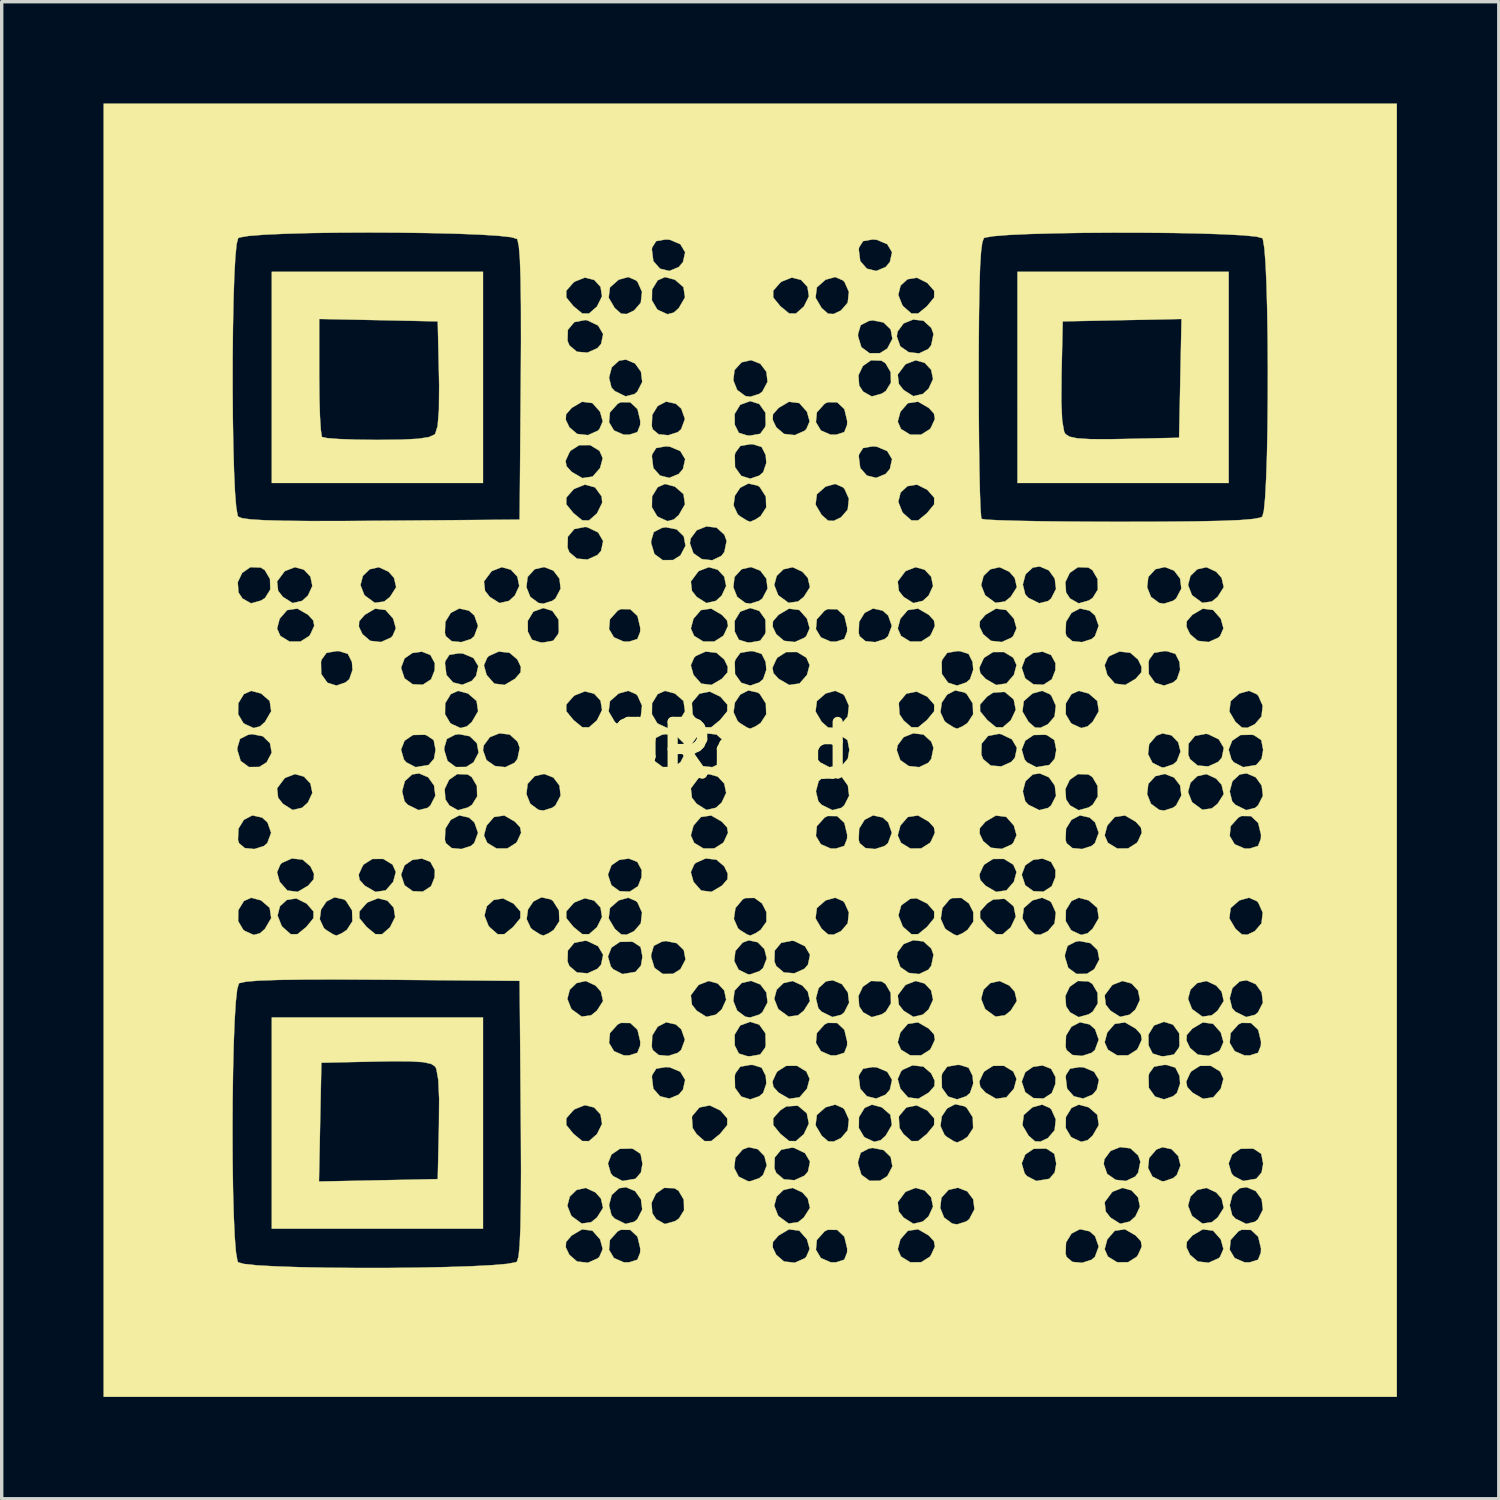
<source format=kicad_pcb>
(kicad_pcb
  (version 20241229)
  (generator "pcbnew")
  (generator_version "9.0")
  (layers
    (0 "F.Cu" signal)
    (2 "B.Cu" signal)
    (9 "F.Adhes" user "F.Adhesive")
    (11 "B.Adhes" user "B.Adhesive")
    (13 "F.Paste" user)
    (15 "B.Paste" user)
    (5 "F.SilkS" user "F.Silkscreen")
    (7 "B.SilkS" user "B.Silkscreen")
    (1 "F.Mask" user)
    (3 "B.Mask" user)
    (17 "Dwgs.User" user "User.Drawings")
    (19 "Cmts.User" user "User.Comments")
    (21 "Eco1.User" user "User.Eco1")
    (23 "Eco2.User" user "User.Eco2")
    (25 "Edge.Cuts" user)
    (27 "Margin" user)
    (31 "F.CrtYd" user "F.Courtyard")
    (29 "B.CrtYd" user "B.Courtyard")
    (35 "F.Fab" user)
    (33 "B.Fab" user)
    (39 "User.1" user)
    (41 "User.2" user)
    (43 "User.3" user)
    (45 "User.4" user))
  (footprint "QRcode"
    (layer "F.Cu")
    (at 19.055 19.055)
    (property "Reference" "QRcode" (at 0 0 0) (layer "F.SilkS") (effects (font (size 1.524 1.524) (thickness 0.3))))
    (attr through_hole)
    (fp_poly (pts (xy -7.874 14.097) (xy -14.097 14.097) (xy -14.097 12.707) (xy -12.707 12.707) (xy -10.957 12.672) (xy -9.207 12.636) (xy -9.172 11.067) (xy -9.166 10.269) (xy -9.191 9.713) (xy -9.248 9.39) (xy -9.286 9.317) (xy -9.406 9.239) (xy -9.638 9.19) (xy -10.021 9.166) (xy -10.596 9.164) (xy -11.036 9.172) (xy -12.636 9.207) (xy -12.672 10.957) (xy -12.707 12.707) (xy -14.097 12.707) (xy -14.097 7.874) (xy -7.874 7.874) (xy -7.874 14.097)) (stroke (width 0.01) (type solid)) (fill yes) (layer "F.SilkS"))
    (fp_poly (pts (xy 14.097 -7.874) (xy 7.874 -7.874) (xy 7.874 -10.269) (xy 9.166 -10.269) (xy 9.191 -9.713) (xy 9.248 -9.39) (xy 9.286 -9.317) (xy 9.406 -9.239) (xy 9.638 -9.19) (xy 10.021 -9.166) (xy 10.596 -9.164) (xy 11.036 -9.172) (xy 12.636 -9.207) (xy 12.672 -10.957) (xy 12.707 -12.707) (xy 10.957 -12.672) (xy 9.207 -12.636) (xy 9.172 -11.067) (xy 9.166 -10.269) (xy 7.874 -10.269) (xy 7.874 -14.097) (xy 14.097 -14.097) (xy 14.097 -7.874)) (stroke (width 0.01) (type solid)) (fill yes) (layer "F.SilkS"))
    (fp_poly (pts (xy -7.874 -7.874) (xy -14.097 -7.874) (xy -14.097 -11.01) (xy -12.7 -11.01) (xy -12.694 -10.378) (xy -12.678 -9.839) (xy -12.653 -9.444) (xy -12.623 -9.242) (xy -12.615 -9.229) (xy -12.462 -9.196) (xy -12.108 -9.169) (xy -11.604 -9.151) (xy -11.002 -9.144) (xy -10.98 -9.144) (xy -10.269 -9.152) (xy -9.776 -9.178) (xy -9.466 -9.227) (xy -9.302 -9.301) (xy -9.283 -9.321) (xy -9.211 -9.551) (xy -9.172 -10.029) (xy -9.166 -10.758) (xy -9.172 -11.067) (xy -9.207 -12.636) (xy -12.7 -12.707) (xy -12.7 -11.01) (xy -14.097 -11.01) (xy -14.097 -14.097) (xy -7.874 -14.097) (xy -7.874 -7.874)) (stroke (width 0.01) (type solid)) (fill yes) (layer "F.SilkS"))
    (fp_poly (pts (xy 19.05 19.05) (xy -19.05 19.05) (xy -19.05 11.239) (xy -15.255 11.239) (xy -15.251 12.122) (xy -15.239 12.956) (xy -15.218 13.704) (xy -15.19 14.327) (xy -15.153 14.788) (xy -15.108 15.048) (xy -15.088 15.088) (xy -14.915 15.136) (xy -14.527 15.177) (xy -13.962 15.208) (xy -13.258 15.232) (xy -12.453 15.247) (xy -11.585 15.254) (xy -10.691 15.254) (xy -9.809 15.245) (xy -8.977 15.228) (xy -8.234 15.204) (xy -7.615 15.172) (xy -7.161 15.133) (xy -6.908 15.086) (xy -6.872 15.066) (xy -6.828 14.921) (xy -6.8 14.648) (xy -5.435 14.648) (xy -5.33 14.867) (xy -5.101 15.064) (xy -4.783 15.1) (xy -4.49 14.969) (xy -4.442 14.919) (xy -4.355 14.718) (xy -4.161 14.718) (xy -4.015 14.962) (xy -3.724 15.088) (xy -3.567 15.088) (xy -3.326 15.011) (xy -3.243 14.803) (xy -3.239 14.682) (xy -3.247 14.648) (xy 0.661 14.648) (xy 0.766 14.867) (xy 0.995 15.064) (xy 1.313 15.1) (xy 1.606 14.969) (xy 1.654 14.919) (xy 1.741 14.718) (xy 1.935 14.718) (xy 2.081 14.962) (xy 2.372 15.088) (xy 2.529 15.088) (xy 2.77 15.011) (xy 2.853 14.803) (xy 2.857 14.702) (xy 4.346 14.702) (xy 4.442 14.919) (xy 4.715 15.086) (xy 5.037 15.085) (xy 5.294 14.922) (xy 5.33 14.867) (xy 5.345 14.834) (xy 9.291 14.834) (xy 9.32 14.93) (xy 9.492 15.075) (xy 9.775 15.103) (xy 10.054 15.014) (xy 10.155 14.929) (xy 10.239 14.702) (xy 10.442 14.702) (xy 10.538 14.919) (xy 10.811 15.086) (xy 11.133 15.085) (xy 11.39 14.922) (xy 11.426 14.867) (xy 11.526 14.648) (xy 12.853 14.648) (xy 12.958 14.867) (xy 13.187 15.064) (xy 13.505 15.1) (xy 13.798 14.969) (xy 13.846 14.919) (xy 13.933 14.718) (xy 14.127 14.718) (xy 14.273 14.962) (xy 14.564 15.088) (xy 14.721 15.088) (xy 14.962 15.011) (xy 15.045 14.803) (xy 15.05 14.682) (xy 14.966 14.332) (xy 14.755 14.133) (xy 14.476 14.129) (xy 14.383 14.175) (xy 14.154 14.43) (xy 14.127 14.718) (xy 13.933 14.718) (xy 13.943 14.696) (xy 13.864 14.411) (xy 13.638 14.155) (xy 13.334 14.116) (xy 13.027 14.297) (xy 12.862 14.486) (xy 12.853 14.648) (xy 11.526 14.648) (xy 11.538 14.622) (xy 11.509 14.464) (xy 11.357 14.297) (xy 11.042 14.114) (xy 10.739 14.159) (xy 10.52 14.411) (xy 10.442 14.702) (xy 10.239 14.702) (xy 10.268 14.624) (xy 10.161 14.319) (xy 10.001 14.175) (xy 9.715 14.111) (xy 9.465 14.241) (xy 9.305 14.502) (xy 9.291 14.834) (xy 5.345 14.834) (xy 5.442 14.622) (xy 5.413 14.464) (xy 5.261 14.297) (xy 4.946 14.114) (xy 4.643 14.159) (xy 4.424 14.411) (xy 4.346 14.702) (xy 2.857 14.702) (xy 2.857 14.682) (xy 2.774 14.332) (xy 2.563 14.133) (xy 2.284 14.129) (xy 2.191 14.175) (xy 1.962 14.43) (xy 1.935 14.718) (xy 1.741 14.718) (xy 1.751 14.696) (xy 1.672 14.411) (xy 1.446 14.155) (xy 1.142 14.116) (xy 0.835 14.297) (xy 0.67 14.486) (xy 0.661 14.648) (xy -3.247 14.648) (xy -3.322 14.332) (xy -3.533 14.133) (xy -3.812 14.129) (xy -3.905 14.175) (xy -4.134 14.43) (xy -4.161 14.718) (xy -4.355 14.718) (xy -4.345 14.696) (xy -4.424 14.411) (xy -4.65 14.155) (xy -4.954 14.116) (xy -5.261 14.297) (xy -5.426 14.486) (xy -5.435 14.648) (xy -6.8 14.648) (xy -6.795 14.596) (xy -6.771 14.076) (xy -6.759 13.421) (xy -5.389 13.421) (xy -5.276 13.709) (xy -5.254 13.734) (xy -4.966 13.945) (xy -4.688 13.906) (xy -4.518 13.77) (xy -4.336 13.484) (xy -4.354 13.405) (xy -4.161 13.405) (xy -4.089 13.697) (xy -3.995 13.799) (xy -3.674 13.957) (xy -3.413 13.891) (xy -3.327 13.818) (xy -3.182 13.534) (xy -3.206 13.336) (xy -2.908 13.336) (xy -2.886 13.64) (xy -2.769 13.818) (xy -2.515 13.96) (xy -2.221 13.878) (xy -2.101 13.799) (xy -1.95 13.554) (xy -1.953 13.421) (xy 0.707 13.421) (xy 0.82 13.709) (xy 0.842 13.734) (xy 1.13 13.945) (xy 1.408 13.906) (xy 1.578 13.77) (xy 1.76 13.484) (xy 1.721 13.316) (xy 4.346 13.316) (xy 4.378 13.592) (xy 4.518 13.77) (xy 4.806 13.952) (xy 5.084 13.887) (xy 5.254 13.734) (xy 5.37 13.484) (xy 5.597 13.484) (xy 5.711 13.769) (xy 5.953 13.948) (xy 6.096 13.97) (xy 6.363 13.885) (xy 6.452 13.818) (xy 6.606 13.527) (xy 6.581 13.316) (xy 10.442 13.316) (xy 10.474 13.592) (xy 10.614 13.77) (xy 10.902 13.952) (xy 11.18 13.887) (xy 11.35 13.734) (xy 11.483 13.448) (xy 11.477 13.421) (xy 12.899 13.421) (xy 13.012 13.709) (xy 13.034 13.734) (xy 13.322 13.945) (xy 13.6 13.906) (xy 13.77 13.77) (xy 13.952 13.484) (xy 13.934 13.405) (xy 14.127 13.405) (xy 14.199 13.697) (xy 14.293 13.799) (xy 14.614 13.957) (xy 14.875 13.891) (xy 14.961 13.818) (xy 15.106 13.534) (xy 15.069 13.232) (xy 14.895 12.988) (xy 14.626 12.874) (xy 14.423 12.905) (xy 14.207 13.103) (xy 14.127 13.405) (xy 13.934 13.405) (xy 13.888 13.207) (xy 13.727 13.027) (xy 13.442 12.895) (xy 13.171 12.956) (xy 12.971 13.151) (xy 12.899 13.421) (xy 11.477 13.421) (xy 11.426 13.173) (xy 11.236 12.969) (xy 10.969 12.894) (xy 10.683 13.005) (xy 10.657 13.027) (xy 10.442 13.316) (xy 6.581 13.316) (xy 6.571 13.231) (xy 6.393 12.996) (xy 6.12 12.89) (xy 5.842 12.954) (xy 5.633 13.182) (xy 5.597 13.484) (xy 5.37 13.484) (xy 5.387 13.448) (xy 5.33 13.173) (xy 5.14 12.969) (xy 4.873 12.894) (xy 4.587 13.005) (xy 4.561 13.027) (xy 4.346 13.316) (xy 1.721 13.316) (xy 1.696 13.207) (xy 1.535 13.027) (xy 1.25 12.895) (xy 0.979 12.956) (xy 0.779 13.151) (xy 0.707 13.421) (xy -1.953 13.421) (xy -1.958 13.242) (xy -2.111 12.98) (xy -2.231 12.905) (xy -2.537 12.894) (xy -2.778 13.063) (xy -2.908 13.336) (xy -3.206 13.336) (xy -3.219 13.232) (xy -3.393 12.988) (xy -3.662 12.874) (xy -3.865 12.905) (xy -4.081 13.103) (xy -4.161 13.405) (xy -4.354 13.405) (xy -4.4 13.207) (xy -4.561 13.027) (xy -4.846 12.895) (xy -5.117 12.956) (xy -5.317 13.151) (xy -5.389 13.421) (xy -6.759 13.421) (xy -6.758 13.347) (xy -6.753 12.397) (xy -6.754 12.174) (xy -4.193 12.174) (xy -4.109 12.464) (xy -4.039 12.548) (xy -3.763 12.691) (xy -3.392 12.629) (xy -3.376 12.623) (xy -3.221 12.442) (xy -3.197 12.306) (xy -0.472 12.306) (xy -0.342 12.562) (xy -0.071 12.696) (xy 0 12.7) (xy 0.268 12.608) (xy 0.376 12.516) (xy 0.453 12.319) (xy 0.712 12.319) (xy 0.766 12.454) (xy 0.99 12.643) (xy 1.301 12.669) (xy 1.595 12.536) (xy 1.701 12.414) (xy 1.75 12.184) (xy 3.175 12.184) (xy 3.274 12.508) (xy 3.518 12.687) (xy 3.823 12.684) (xy 4.039 12.548) (xy 4.189 12.262) (xy 4.173 12.174) (xy 7.999 12.174) (xy 8.083 12.464) (xy 8.153 12.548) (xy 8.429 12.691) (xy 8.8 12.629) (xy 8.816 12.623) (xy 8.971 12.442) (xy 9.015 12.192) (xy 10.414 12.192) (xy 10.517 12.483) (xy 10.766 12.657) (xy 11.071 12.691) (xy 11.343 12.562) (xy 11.43 12.446) (xy 11.459 12.306) (xy 11.72 12.306) (xy 11.85 12.562) (xy 12.121 12.696) (xy 12.192 12.7) (xy 12.46 12.608) (xy 12.568 12.516) (xy 12.679 12.232) (xy 12.664 12.174) (xy 14.095 12.174) (xy 14.179 12.464) (xy 14.249 12.548) (xy 14.525 12.691) (xy 14.896 12.629) (xy 14.912 12.623) (xy 15.067 12.442) (xy 15.113 12.181) (xy 15.057 11.891) (xy 14.847 11.751) (xy 14.794 11.736) (xy 14.447 11.743) (xy 14.199 11.911) (xy 14.095 12.174) (xy 12.664 12.174) (xy 12.61 11.956) (xy 12.415 11.754) (xy 12.148 11.696) (xy 11.97 11.762) (xy 11.754 12.011) (xy 11.72 12.306) (xy 11.459 12.306) (xy 11.496 12.121) (xy 11.43 11.938) (xy 11.202 11.729) (xy 10.9 11.693) (xy 10.615 11.807) (xy 10.436 12.049) (xy 10.414 12.192) (xy 9.015 12.192) (xy 9.017 12.181) (xy 8.961 11.891) (xy 8.751 11.751) (xy 8.698 11.736) (xy 8.351 11.743) (xy 8.103 11.911) (xy 7.999 12.174) (xy 4.173 12.174) (xy 4.138 11.984) (xy 3.929 11.78) (xy 3.608 11.717) (xy 3.494 11.736) (xy 3.254 11.859) (xy 3.177 12.116) (xy 3.175 12.184) (xy 1.75 12.184) (xy 1.762 12.123) (xy 1.614 11.87) (xy 1.3 11.719) (xy 1.234 11.708) (xy 0.912 11.77) (xy 0.722 11.998) (xy 0.712 12.319) (xy 0.453 12.319) (xy 0.487 12.232) (xy 0.418 11.956) (xy 0.223 11.754) (xy -0.044 11.696) (xy -0.222 11.762) (xy -0.438 12.011) (xy -0.472 12.306) (xy -3.197 12.306) (xy -3.175 12.181) (xy -3.231 11.891) (xy -3.441 11.751) (xy -3.494 11.736) (xy -3.841 11.743) (xy -4.089 11.911) (xy -4.193 12.174) (xy -6.754 12.174) (xy -6.758 11.21) (xy -6.761 10.845) (xy -5.42 10.845) (xy -5.419 11.044) (xy -5.21 11.3) (xy -5.207 11.303) (xy -4.95 11.514) (xy -4.751 11.517) (xy -4.52 11.315) (xy -4.517 11.312) (xy -4.366 11.009) (xy -4.398 10.811) (xy -1.719 10.811) (xy -1.697 11.131) (xy -1.579 11.312) (xy -1.347 11.516) (xy -1.148 11.515) (xy -0.892 11.306) (xy -0.889 11.303) (xy -0.678 11.046) (xy -0.675 10.847) (xy -0.676 10.845) (xy 0.676 10.845) (xy 0.677 11.044) (xy 0.886 11.3) (xy 0.889 11.303) (xy 1.146 11.514) (xy 1.345 11.517) (xy 1.576 11.315) (xy 1.579 11.312) (xy 1.704 11.05) (xy 1.924 11.05) (xy 2.105 11.357) (xy 2.294 11.522) (xy 2.456 11.531) (xy 2.675 11.426) (xy 2.872 11.197) (xy 2.879 11.13) (xy 3.199 11.13) (xy 3.351 11.388) (xy 3.397 11.42) (xy 3.657 11.538) (xy 3.844 11.489) (xy 3.991 11.357) (xy 4.174 11.042) (xy 4.14 10.811) (xy 4.377 10.811) (xy 4.399 11.131) (xy 4.517 11.312) (xy 4.749 11.516) (xy 4.948 11.515) (xy 5.204 11.306) (xy 5.207 11.303) (xy 5.396 11.073) (xy 5.604 11.073) (xy 5.725 11.334) (xy 5.791 11.391) (xy 6.004 11.524) (xy 6.096 11.557) (xy 6.25 11.49) (xy 6.401 11.391) (xy 6.567 11.135) (xy 6.564 11.05) (xy 8.02 11.05) (xy 8.201 11.357) (xy 8.39 11.522) (xy 8.552 11.531) (xy 8.771 11.426) (xy 8.968 11.197) (xy 8.975 11.13) (xy 9.295 11.13) (xy 9.447 11.388) (xy 9.493 11.42) (xy 9.753 11.538) (xy 9.94 11.489) (xy 10.087 11.357) (xy 10.27 11.042) (xy 10.225 10.739) (xy 9.973 10.52) (xy 9.682 10.442) (xy 9.465 10.538) (xy 9.3 10.808) (xy 9.295 11.13) (xy 8.975 11.13) (xy 9.004 10.879) (xy 8.873 10.586) (xy 8.823 10.538) (xy 8.6 10.441) (xy 8.315 10.52) (xy 8.059 10.746) (xy 8.02 11.05) (xy 6.564 11.05) (xy 6.556 10.814) (xy 6.38 10.537) (xy 6.318 10.491) (xy 6.041 10.429) (xy 5.802 10.552) (xy 5.643 10.789) (xy 5.604 11.073) (xy 5.396 11.073) (xy 5.418 11.046) (xy 5.421 10.847) (xy 5.219 10.616) (xy 5.216 10.613) (xy 4.904 10.464) (xy 4.599 10.525) (xy 4.389 10.774) (xy 4.377 10.811) (xy 4.14 10.811) (xy 4.129 10.739) (xy 3.877 10.52) (xy 3.586 10.442) (xy 3.369 10.538) (xy 3.204 10.808) (xy 3.199 11.13) (xy 2.879 11.13) (xy 2.908 10.879) (xy 2.777 10.586) (xy 2.727 10.538) (xy 2.504 10.441) (xy 2.219 10.52) (xy 1.963 10.746) (xy 1.924 11.05) (xy 1.704 11.05) (xy 1.728 11) (xy 1.667 10.695) (xy 1.418 10.485) (xy 1.381 10.473) (xy 1.061 10.495) (xy 0.88 10.613) (xy 0.676 10.845) (xy -0.676 10.845) (xy -0.877 10.616) (xy -0.88 10.613) (xy -1.192 10.464) (xy -1.497 10.525) (xy -1.707 10.774) (xy -1.719 10.811) (xy -4.398 10.811) (xy -4.411 10.729) (xy -4.598 10.526) (xy -4.871 10.457) (xy -5.174 10.577) (xy -5.216 10.613) (xy -5.42 10.845) (xy -6.761 10.845) (xy -6.761 10.843) (xy -6.771 9.627) (xy -2.899 9.627) (xy -2.855 9.973) (xy -2.659 10.195) (xy -2.385 10.263) (xy -2.106 10.147) (xy -1.982 10.001) (xy -1.917 9.712) (xy -1.99 9.59) (xy -0.456 9.59) (xy -0.448 9.947) (xy -0.266 10.203) (xy 0 10.287) (xy 0.267 10.195) (xy 0.38 10.098) (xy 0.474 9.824) (xy 0.47 9.762) (xy 0.654 9.762) (xy 0.683 9.92) (xy 0.835 10.087) (xy 1.15 10.27) (xy 1.453 10.225) (xy 1.672 9.973) (xy 1.75 9.682) (xy 1.726 9.627) (xy 3.197 9.627) (xy 3.241 9.973) (xy 3.437 10.195) (xy 3.711 10.263) (xy 3.99 10.147) (xy 4.114 10.001) (xy 4.179 9.712) (xy 4.165 9.688) (xy 4.345 9.688) (xy 4.424 9.973) (xy 4.65 10.229) (xy 4.954 10.268) (xy 5.261 10.087) (xy 5.426 9.898) (xy 5.435 9.736) (xy 5.365 9.59) (xy 5.64 9.59) (xy 5.648 9.947) (xy 5.83 10.203) (xy 6.096 10.287) (xy 6.363 10.195) (xy 6.476 10.098) (xy 6.57 9.824) (xy 6.566 9.762) (xy 6.75 9.762) (xy 6.779 9.92) (xy 6.931 10.087) (xy 7.246 10.27) (xy 7.549 10.225) (xy 7.768 9.973) (xy 7.823 9.769) (xy 8.001 9.769) (xy 8.102 10.074) (xy 8.344 10.249) (xy 8.641 10.262) (xy 8.884 10.103) (xy 8.99 9.836) (xy 8.995 9.627) (xy 9.293 9.627) (xy 9.337 9.973) (xy 9.533 10.195) (xy 9.807 10.263) (xy 10.086 10.147) (xy 10.21 10.001) (xy 10.275 9.712) (xy 10.202 9.59) (xy 11.736 9.59) (xy 11.744 9.947) (xy 11.926 10.203) (xy 12.192 10.287) (xy 12.459 10.195) (xy 12.572 10.098) (xy 12.666 9.824) (xy 12.662 9.762) (xy 12.846 9.762) (xy 12.875 9.92) (xy 13.027 10.087) (xy 13.342 10.27) (xy 13.645 10.225) (xy 13.864 9.973) (xy 13.942 9.682) (xy 13.846 9.465) (xy 13.573 9.298) (xy 13.251 9.299) (xy 12.994 9.462) (xy 12.958 9.517) (xy 12.846 9.762) (xy 12.662 9.762) (xy 12.648 9.59) (xy 12.528 9.352) (xy 12.276 9.273) (xy 12.192 9.271) (xy 11.899 9.323) (xy 11.756 9.519) (xy 11.736 9.59) (xy 10.202 9.59) (xy 10.132 9.473) (xy 9.824 9.343) (xy 9.702 9.335) (xy 9.421 9.383) (xy 9.304 9.566) (xy 9.293 9.627) (xy 8.995 9.627) (xy 8.864 9.385) (xy 8.616 9.288) (xy 8.335 9.326) (xy 8.103 9.486) (xy 8.001 9.757) (xy 8.001 9.769) (xy 7.823 9.769) (xy 7.846 9.682) (xy 7.75 9.465) (xy 7.477 9.298) (xy 7.155 9.299) (xy 6.898 9.462) (xy 6.862 9.517) (xy 6.75 9.762) (xy 6.566 9.762) (xy 6.552 9.59) (xy 6.432 9.352) (xy 6.18 9.273) (xy 6.096 9.271) (xy 5.803 9.323) (xy 5.66 9.519) (xy 5.64 9.59) (xy 5.365 9.59) (xy 5.33 9.517) (xy 5.101 9.32) (xy 4.783 9.284) (xy 4.49 9.415) (xy 4.442 9.465) (xy 4.345 9.688) (xy 4.165 9.688) (xy 4.036 9.473) (xy 3.728 9.343) (xy 3.606 9.335) (xy 3.325 9.383) (xy 3.208 9.566) (xy 3.197 9.627) (xy 1.726 9.627) (xy 1.654 9.465) (xy 1.381 9.298) (xy 1.059 9.299) (xy 0.802 9.462) (xy 0.766 9.517) (xy 0.654 9.762) (xy 0.47 9.762) (xy 0.456 9.59) (xy 0.336 9.352) (xy 0.084 9.273) (xy 0 9.271) (xy -0.293 9.323) (xy -0.436 9.519) (xy -0.456 9.59) (xy -1.99 9.59) (xy -2.06 9.473) (xy -2.368 9.343) (xy -2.49 9.335) (xy -2.771 9.383) (xy -2.888 9.566) (xy -2.899 9.627) (xy -6.771 9.627) (xy -6.779 8.622) (xy -4.161 8.622) (xy -4.015 8.866) (xy -3.724 8.992) (xy -3.567 8.992) (xy -3.326 8.915) (xy -3.256 8.738) (xy -2.901 8.738) (xy -2.872 8.834) (xy -2.7 8.979) (xy -2.417 9.007) (xy -2.138 8.918) (xy -2.037 8.833) (xy -1.924 8.528) (xy -1.976 8.381) (xy -0.46 8.381) (xy -0.456 8.698) (xy -0.336 8.936) (xy -0.084 9.015) (xy 0 9.017) (xy 0.293 8.965) (xy 0.436 8.769) (xy 0.456 8.698) (xy 0.455 8.622) (xy 1.935 8.622) (xy 2.081 8.866) (xy 2.372 8.992) (xy 2.529 8.992) (xy 2.77 8.915) (xy 2.853 8.707) (xy 2.857 8.606) (xy 4.346 8.606) (xy 4.442 8.823) (xy 4.715 8.99) (xy 5.037 8.989) (xy 5.294 8.826) (xy 5.33 8.771) (xy 5.345 8.738) (xy 9.291 8.738) (xy 9.32 8.834) (xy 9.492 8.979) (xy 9.775 9.007) (xy 10.054 8.918) (xy 10.155 8.833) (xy 10.239 8.606) (xy 10.442 8.606) (xy 10.538 8.823) (xy 10.811 8.99) (xy 11.133 8.989) (xy 11.39 8.826) (xy 11.426 8.771) (xy 11.538 8.526) (xy 11.511 8.381) (xy 11.732 8.381) (xy 11.736 8.698) (xy 11.856 8.936) (xy 12.108 9.015) (xy 12.192 9.017) (xy 12.485 8.965) (xy 12.628 8.769) (xy 12.648 8.698) (xy 12.645 8.552) (xy 12.853 8.552) (xy 12.958 8.771) (xy 13.187 8.968) (xy 13.505 9.004) (xy 13.798 8.873) (xy 13.846 8.823) (xy 13.933 8.622) (xy 14.127 8.622) (xy 14.273 8.866) (xy 14.564 8.992) (xy 14.721 8.992) (xy 14.962 8.915) (xy 15.045 8.707) (xy 15.05 8.586) (xy 14.966 8.236) (xy 14.755 8.037) (xy 14.476 8.033) (xy 14.383 8.079) (xy 14.154 8.334) (xy 14.127 8.622) (xy 13.933 8.622) (xy 13.943 8.6) (xy 13.864 8.315) (xy 13.638 8.059) (xy 13.334 8.02) (xy 13.027 8.201) (xy 12.862 8.39) (xy 12.853 8.552) (xy 12.645 8.552) (xy 12.64 8.341) (xy 12.458 8.085) (xy 12.192 8.001) (xy 11.896 8.109) (xy 11.732 8.381) (xy 11.511 8.381) (xy 11.509 8.368) (xy 11.357 8.201) (xy 11.042 8.018) (xy 10.739 8.063) (xy 10.52 8.315) (xy 10.442 8.606) (xy 10.239 8.606) (xy 10.268 8.528) (xy 10.161 8.223) (xy 10.001 8.079) (xy 9.715 8.015) (xy 9.465 8.145) (xy 9.305 8.406) (xy 9.291 8.738) (xy 5.345 8.738) (xy 5.442 8.526) (xy 5.413 8.368) (xy 5.261 8.201) (xy 4.946 8.018) (xy 4.643 8.063) (xy 4.424 8.315) (xy 4.346 8.606) (xy 2.857 8.606) (xy 2.857 8.586) (xy 2.774 8.236) (xy 2.563 8.037) (xy 2.284 8.033) (xy 2.191 8.079) (xy 1.962 8.334) (xy 1.935 8.622) (xy 0.455 8.622) (xy 0.448 8.341) (xy 0.266 8.085) (xy 0 8.001) (xy -0.296 8.109) (xy -0.46 8.381) (xy -1.976 8.381) (xy -2.031 8.223) (xy -2.191 8.079) (xy -2.477 8.015) (xy -2.727 8.145) (xy -2.887 8.406) (xy -2.901 8.738) (xy -3.256 8.738) (xy -3.243 8.707) (xy -3.239 8.586) (xy -3.322 8.236) (xy -3.533 8.037) (xy -3.812 8.033) (xy -3.905 8.079) (xy -4.134 8.334) (xy -4.161 8.622) (xy -6.779 8.622) (xy -6.79 7.325) (xy -5.389 7.325) (xy -5.276 7.613) (xy -5.254 7.638) (xy -4.966 7.849) (xy -4.688 7.81) (xy -4.518 7.674) (xy -4.336 7.388) (xy -4.375 7.22) (xy -1.75 7.22) (xy -1.718 7.496) (xy -1.578 7.674) (xy -1.29 7.856) (xy -1.012 7.791) (xy -0.842 7.638) (xy -0.726 7.388) (xy -0.499 7.388) (xy -0.385 7.673) (xy -0.143 7.852) (xy 0 7.874) (xy 0.267 7.789) (xy 0.356 7.722) (xy 0.51 7.431) (xy 0.498 7.325) (xy 0.707 7.325) (xy 0.82 7.613) (xy 0.842 7.638) (xy 1.13 7.849) (xy 1.408 7.81) (xy 1.578 7.674) (xy 1.76 7.388) (xy 1.742 7.309) (xy 1.935 7.309) (xy 2.007 7.601) (xy 2.101 7.703) (xy 2.422 7.861) (xy 2.683 7.795) (xy 2.769 7.722) (xy 2.914 7.438) (xy 2.89 7.24) (xy 3.188 7.24) (xy 3.21 7.544) (xy 3.327 7.722) (xy 3.581 7.864) (xy 3.875 7.782) (xy 3.995 7.703) (xy 4.146 7.458) (xy 4.14 7.22) (xy 4.346 7.22) (xy 4.378 7.496) (xy 4.518 7.674) (xy 4.806 7.856) (xy 5.084 7.791) (xy 5.254 7.638) (xy 5.387 7.352) (xy 5.381 7.325) (xy 6.803 7.325) (xy 6.916 7.613) (xy 6.938 7.638) (xy 7.226 7.849) (xy 7.504 7.81) (xy 7.674 7.674) (xy 7.856 7.388) (xy 7.822 7.24) (xy 9.284 7.24) (xy 9.306 7.544) (xy 9.423 7.722) (xy 9.677 7.864) (xy 9.971 7.782) (xy 10.091 7.703) (xy 10.242 7.458) (xy 10.236 7.22) (xy 10.442 7.22) (xy 10.474 7.496) (xy 10.614 7.674) (xy 10.902 7.856) (xy 11.18 7.791) (xy 11.35 7.638) (xy 11.483 7.352) (xy 11.477 7.325) (xy 12.899 7.325) (xy 13.012 7.613) (xy 13.034 7.638) (xy 13.322 7.849) (xy 13.6 7.81) (xy 13.77 7.674) (xy 13.952 7.388) (xy 13.934 7.309) (xy 14.127 7.309) (xy 14.199 7.601) (xy 14.293 7.703) (xy 14.614 7.861) (xy 14.875 7.795) (xy 14.961 7.722) (xy 15.106 7.438) (xy 15.069 7.136) (xy 14.895 6.892) (xy 14.626 6.778) (xy 14.423 6.809) (xy 14.207 7.007) (xy 14.127 7.309) (xy 13.934 7.309) (xy 13.888 7.111) (xy 13.727 6.931) (xy 13.442 6.799) (xy 13.171 6.86) (xy 12.971 7.055) (xy 12.899 7.325) (xy 11.477 7.325) (xy 11.426 7.077) (xy 11.236 6.873) (xy 10.969 6.798) (xy 10.683 6.909) (xy 10.657 6.931) (xy 10.442 7.22) (xy 10.236 7.22) (xy 10.234 7.146) (xy 10.081 6.884) (xy 9.961 6.809) (xy 9.655 6.798) (xy 9.414 6.967) (xy 9.284 7.24) (xy 7.822 7.24) (xy 7.792 7.111) (xy 7.631 6.931) (xy 7.346 6.799) (xy 7.075 6.86) (xy 6.875 7.055) (xy 6.803 7.325) (xy 5.381 7.325) (xy 5.33 7.077) (xy 5.14 6.873) (xy 4.873 6.798) (xy 4.587 6.909) (xy 4.561 6.931) (xy 4.346 7.22) (xy 4.14 7.22) (xy 4.138 7.146) (xy 3.985 6.884) (xy 3.865 6.809) (xy 3.559 6.798) (xy 3.318 6.967) (xy 3.188 7.24) (xy 2.89 7.24) (xy 2.877 7.136) (xy 2.703 6.892) (xy 2.434 6.778) (xy 2.231 6.809) (xy 2.015 7.007) (xy 1.935 7.309) (xy 1.742 7.309) (xy 1.696 7.111) (xy 1.535 6.931) (xy 1.25 6.799) (xy 0.979 6.86) (xy 0.779 7.055) (xy 0.707 7.325) (xy 0.498 7.325) (xy 0.475 7.135) (xy 0.297 6.9) (xy 0.024 6.794) (xy -0.254 6.858) (xy -0.463 7.086) (xy -0.499 7.388) (xy -0.726 7.388) (xy -0.709 7.352) (xy -0.766 7.077) (xy -0.956 6.873) (xy -1.223 6.798) (xy -1.509 6.909) (xy -1.535 6.931) (xy -1.75 7.22) (xy -4.375 7.22) (xy -4.4 7.111) (xy -4.561 6.931) (xy -4.846 6.799) (xy -5.117 6.86) (xy -5.317 7.055) (xy -5.389 7.325) (xy -6.79 7.325) (xy -6.795 6.795) (xy -10.843 6.761) (xy -12.097 6.754) (xy -13.111 6.756) (xy -13.898 6.767) (xy -14.474 6.787) (xy -14.851 6.818) (xy -15.044 6.859) (xy -15.066 6.872) (xy -15.116 7.037) (xy -15.158 7.418) (xy -15.193 7.977) (xy -15.22 8.676) (xy -15.239 9.478) (xy -15.251 10.345) (xy -15.255 11.239) (xy -19.05 11.239) (xy -19.05 6.223) (xy -5.384 6.223) (xy -5.33 6.358) (xy -5.106 6.547) (xy -4.795 6.573) (xy -4.501 6.44) (xy -4.395 6.318) (xy -4.344 6.078) (xy -4.193 6.078) (xy -4.109 6.368) (xy -4.039 6.452) (xy -3.763 6.595) (xy -3.392 6.533) (xy -3.376 6.527) (xy -3.221 6.346) (xy -3.176 6.088) (xy -2.921 6.088) (xy -2.822 6.412) (xy -2.578 6.591) (xy -2.273 6.588) (xy -2.057 6.452) (xy -1.93 6.21) (xy -0.472 6.21) (xy -0.342 6.466) (xy -0.071 6.6) (xy 0 6.604) (xy 0.268 6.512) (xy 0.376 6.42) (xy 0.453 6.223) (xy 0.712 6.223) (xy 0.766 6.358) (xy 0.99 6.547) (xy 1.301 6.573) (xy 1.595 6.44) (xy 1.701 6.318) (xy 1.748 6.096) (xy 4.318 6.096) (xy 4.421 6.387) (xy 4.67 6.561) (xy 4.975 6.595) (xy 5.247 6.466) (xy 5.334 6.35) (xy 5.388 6.088) (xy 9.271 6.088) (xy 9.37 6.412) (xy 9.614 6.591) (xy 9.919 6.588) (xy 10.135 6.452) (xy 10.285 6.166) (xy 10.234 5.888) (xy 10.025 5.684) (xy 9.704 5.621) (xy 9.59 5.64) (xy 9.35 5.763) (xy 9.273 6.02) (xy 9.271 6.088) (xy 5.388 6.088) (xy 5.4 6.025) (xy 5.334 5.842) (xy 5.106 5.633) (xy 4.804 5.597) (xy 4.519 5.711) (xy 4.34 5.953) (xy 4.318 6.096) (xy 1.748 6.096) (xy 1.762 6.027) (xy 1.614 5.774) (xy 1.3 5.623) (xy 1.234 5.612) (xy 0.912 5.674) (xy 0.722 5.902) (xy 0.712 6.223) (xy 0.453 6.223) (xy 0.487 6.136) (xy 0.418 5.86) (xy 0.223 5.658) (xy -0.044 5.6) (xy -0.222 5.666) (xy -0.438 5.915) (xy -0.472 6.21) (xy -1.93 6.21) (xy -1.907 6.166) (xy -1.958 5.888) (xy -2.167 5.684) (xy -2.488 5.621) (xy -2.602 5.64) (xy -2.842 5.763) (xy -2.919 6.02) (xy -2.921 6.088) (xy -3.176 6.088) (xy -3.175 6.085) (xy -3.231 5.795) (xy -3.441 5.655) (xy -3.494 5.64) (xy -3.841 5.647) (xy -4.089 5.815) (xy -4.193 6.078) (xy -4.344 6.078) (xy -4.334 6.027) (xy -4.482 5.774) (xy -4.796 5.623) (xy -4.862 5.612) (xy -5.184 5.674) (xy -5.374 5.902) (xy -5.384 6.223) (xy -19.05 6.223) (xy -19.05 5.034) (xy -15.089 5.034) (xy -14.937 5.292) (xy -14.891 5.324) (xy -14.631 5.442) (xy -14.444 5.393) (xy -14.297 5.261) (xy -14.114 4.946) (xy -14.125 4.871) (xy -13.927 4.871) (xy -13.807 5.174) (xy -13.771 5.216) (xy -13.539 5.42) (xy -13.34 5.419) (xy -13.084 5.21) (xy -13.081 5.207) (xy -12.892 4.977) (xy -12.684 4.977) (xy -12.563 5.238) (xy -12.497 5.295) (xy -12.284 5.428) (xy -12.192 5.461) (xy -12.038 5.394) (xy -11.887 5.295) (xy -11.721 5.039) (xy -11.731 4.749) (xy -11.516 4.749) (xy -11.515 4.948) (xy -11.306 5.204) (xy -11.303 5.207) (xy -11.046 5.418) (xy -10.847 5.421) (xy -10.616 5.219) (xy -10.613 5.216) (xy -10.462 4.913) (xy -10.469 4.871) (xy -7.831 4.871) (xy -7.711 5.174) (xy -7.675 5.216) (xy -7.443 5.42) (xy -7.244 5.419) (xy -6.988 5.21) (xy -6.985 5.207) (xy -6.796 4.977) (xy -6.588 4.977) (xy -6.467 5.238) (xy -6.401 5.295) (xy -6.188 5.428) (xy -6.096 5.461) (xy -5.942 5.394) (xy -5.791 5.295) (xy -5.625 5.039) (xy -5.635 4.749) (xy -5.42 4.749) (xy -5.419 4.948) (xy -5.21 5.204) (xy -5.207 5.207) (xy -4.95 5.418) (xy -4.751 5.421) (xy -4.52 5.219) (xy -4.517 5.216) (xy -4.386 4.954) (xy -4.172 4.954) (xy -3.991 5.261) (xy -3.802 5.426) (xy -3.64 5.435) (xy -3.421 5.33) (xy -3.224 5.101) (xy -3.209 4.968) (xy -0.483 4.968) (xy -0.359 5.249) (xy -0.305 5.295) (xy -0.092 5.428) (xy 0 5.461) (xy 0.154 5.394) (xy 0.305 5.295) (xy 0.477 5.053) (xy 0.477 4.954) (xy 1.924 4.954) (xy 2.105 5.261) (xy 2.294 5.426) (xy 2.456 5.435) (xy 2.675 5.33) (xy 2.872 5.101) (xy 2.898 4.869) (xy 4.365 4.869) (xy 4.491 5.185) (xy 4.517 5.216) (xy 4.749 5.42) (xy 4.948 5.419) (xy 5.204 5.21) (xy 5.207 5.207) (xy 5.403 4.968) (xy 5.613 4.968) (xy 5.737 5.249) (xy 5.791 5.295) (xy 6.004 5.428) (xy 6.096 5.461) (xy 6.25 5.394) (xy 6.401 5.295) (xy 6.573 5.053) (xy 6.573 4.768) (xy 6.563 4.749) (xy 6.772 4.749) (xy 6.773 4.948) (xy 6.982 5.204) (xy 6.985 5.207) (xy 7.242 5.418) (xy 7.441 5.421) (xy 7.672 5.219) (xy 7.675 5.216) (xy 7.8 4.954) (xy 8.02 4.954) (xy 8.201 5.261) (xy 8.39 5.426) (xy 8.552 5.435) (xy 8.771 5.33) (xy 8.968 5.101) (xy 8.975 5.034) (xy 9.295 5.034) (xy 9.447 5.292) (xy 9.493 5.324) (xy 9.753 5.442) (xy 9.94 5.393) (xy 10.087 5.261) (xy 10.265 4.954) (xy 14.116 4.954) (xy 14.297 5.261) (xy 14.486 5.426) (xy 14.648 5.435) (xy 14.867 5.33) (xy 15.064 5.101) (xy 15.1 4.783) (xy 14.969 4.49) (xy 14.919 4.442) (xy 14.696 4.345) (xy 14.411 4.424) (xy 14.155 4.65) (xy 14.116 4.954) (xy 10.265 4.954) (xy 10.27 4.946) (xy 10.225 4.643) (xy 9.973 4.424) (xy 9.682 4.346) (xy 9.465 4.442) (xy 9.3 4.712) (xy 9.295 5.034) (xy 8.975 5.034) (xy 9.004 4.783) (xy 8.873 4.49) (xy 8.823 4.442) (xy 8.6 4.345) (xy 8.315 4.424) (xy 8.059 4.65) (xy 8.02 4.954) (xy 7.8 4.954) (xy 7.824 4.904) (xy 7.763 4.599) (xy 7.514 4.389) (xy 7.477 4.377) (xy 7.157 4.399) (xy 6.976 4.517) (xy 6.772 4.749) (xy 6.563 4.749) (xy 6.442 4.511) (xy 6.221 4.351) (xy 5.95 4.356) (xy 5.874 4.395) (xy 5.661 4.648) (xy 5.613 4.968) (xy 5.403 4.968) (xy 5.418 4.95) (xy 5.421 4.751) (xy 5.219 4.52) (xy 5.216 4.517) (xy 4.901 4.362) (xy 4.715 4.377) (xy 4.447 4.571) (xy 4.365 4.869) (xy 2.898 4.869) (xy 2.908 4.783) (xy 2.777 4.49) (xy 2.727 4.442) (xy 2.504 4.345) (xy 2.219 4.424) (xy 1.963 4.65) (xy 1.924 4.954) (xy 0.477 4.954) (xy 0.477 4.768) (xy 0.346 4.511) (xy 0.125 4.351) (xy -0.146 4.356) (xy -0.222 4.395) (xy -0.435 4.648) (xy -0.483 4.968) (xy -3.209 4.968) (xy -3.188 4.783) (xy -3.319 4.49) (xy -3.369 4.442) (xy -3.592 4.345) (xy -3.877 4.424) (xy -4.133 4.65) (xy -4.172 4.954) (xy -4.386 4.954) (xy -4.366 4.913) (xy -4.411 4.633) (xy -4.598 4.43) (xy -4.871 4.361) (xy -5.174 4.481) (xy -5.216 4.517) (xy -5.42 4.749) (xy -5.635 4.749) (xy -5.636 4.718) (xy -5.812 4.441) (xy -5.874 4.395) (xy -6.151 4.333) (xy -6.39 4.456) (xy -6.549 4.693) (xy -6.588 4.977) (xy -6.796 4.977) (xy -6.774 4.95) (xy -6.771 4.751) (xy -6.973 4.52) (xy -6.976 4.517) (xy -7.279 4.366) (xy -7.559 4.411) (xy -7.762 4.598) (xy -7.831 4.871) (xy -10.469 4.871) (xy -10.507 4.633) (xy -10.694 4.43) (xy -10.967 4.361) (xy -11.27 4.481) (xy -11.312 4.517) (xy -11.516 4.749) (xy -11.731 4.749) (xy -11.732 4.718) (xy -11.908 4.441) (xy -11.97 4.395) (xy -12.247 4.333) (xy -12.486 4.456) (xy -12.645 4.693) (xy -12.684 4.977) (xy -12.892 4.977) (xy -12.87 4.95) (xy -12.867 4.751) (xy -13.069 4.52) (xy -13.072 4.517) (xy -13.375 4.366) (xy -13.655 4.411) (xy -13.858 4.598) (xy -13.927 4.871) (xy -14.125 4.871) (xy -14.159 4.643) (xy -14.411 4.424) (xy -14.702 4.346) (xy -14.919 4.442) (xy -15.084 4.712) (xy -15.089 5.034) (xy -19.05 5.034) (xy -19.05 3.592) (xy -13.943 3.592) (xy -13.864 3.877) (xy -13.638 4.133) (xy -13.334 4.172) (xy -13.027 3.991) (xy -12.862 3.802) (xy -12.855 3.666) (xy -11.538 3.666) (xy -11.509 3.824) (xy -11.357 3.991) (xy -11.042 4.174) (xy -10.739 4.129) (xy -10.52 3.877) (xy -10.465 3.673) (xy -10.287 3.673) (xy -10.186 3.978) (xy -9.944 4.153) (xy -9.647 4.166) (xy -9.404 4.007) (xy -9.298 3.74) (xy -9.297 3.673) (xy -4.191 3.673) (xy -4.09 3.978) (xy -3.848 4.153) (xy -3.551 4.166) (xy -3.308 4.007) (xy -3.202 3.74) (xy -3.199 3.592) (xy -1.751 3.592) (xy -1.672 3.877) (xy -1.446 4.133) (xy -1.142 4.172) (xy -0.835 3.991) (xy -0.67 3.802) (xy -0.663 3.666) (xy 6.75 3.666) (xy 6.779 3.824) (xy 6.931 3.991) (xy 7.246 4.174) (xy 7.549 4.129) (xy 7.768 3.877) (xy 7.823 3.673) (xy 8.001 3.673) (xy 8.102 3.978) (xy 8.344 4.153) (xy 8.641 4.166) (xy 8.884 4.007) (xy 8.99 3.74) (xy 8.995 3.531) (xy 8.864 3.289) (xy 8.616 3.192) (xy 8.335 3.23) (xy 8.103 3.39) (xy 8.001 3.661) (xy 8.001 3.673) (xy 7.823 3.673) (xy 7.846 3.586) (xy 7.75 3.369) (xy 7.477 3.202) (xy 7.155 3.203) (xy 6.898 3.366) (xy 6.862 3.421) (xy 6.75 3.666) (xy -0.663 3.666) (xy -0.661 3.64) (xy -0.766 3.421) (xy -0.995 3.224) (xy -1.313 3.188) (xy -1.606 3.319) (xy -1.654 3.369) (xy -1.751 3.592) (xy -3.199 3.592) (xy -3.197 3.531) (xy -3.328 3.289) (xy -3.576 3.192) (xy -3.857 3.23) (xy -4.089 3.39) (xy -4.191 3.661) (xy -4.191 3.673) (xy -9.297 3.673) (xy -9.293 3.531) (xy -9.424 3.289) (xy -9.672 3.192) (xy -9.953 3.23) (xy -10.185 3.39) (xy -10.287 3.661) (xy -10.287 3.673) (xy -10.465 3.673) (xy -10.442 3.586) (xy -10.538 3.369) (xy -10.811 3.202) (xy -11.133 3.203) (xy -11.39 3.366) (xy -11.426 3.421) (xy -11.538 3.666) (xy -12.855 3.666) (xy -12.853 3.64) (xy -12.958 3.421) (xy -13.187 3.224) (xy -13.505 3.188) (xy -13.798 3.319) (xy -13.846 3.369) (xy -13.943 3.592) (xy -19.05 3.592) (xy -19.05 2.642) (xy -15.093 2.642) (xy -15.064 2.738) (xy -14.892 2.883) (xy -14.609 2.911) (xy -14.33 2.822) (xy -14.229 2.737) (xy -14.194 2.642) (xy -8.997 2.642) (xy -8.968 2.738) (xy -8.796 2.883) (xy -8.513 2.911) (xy -8.234 2.822) (xy -8.133 2.737) (xy -8.049 2.51) (xy -7.846 2.51) (xy -7.75 2.727) (xy -7.477 2.894) (xy -7.155 2.893) (xy -6.898 2.73) (xy -6.862 2.675) (xy -6.786 2.51) (xy -1.75 2.51) (xy -1.654 2.727) (xy -1.381 2.894) (xy -1.059 2.893) (xy -0.802 2.73) (xy -0.766 2.675) (xy -0.698 2.526) (xy 1.935 2.526) (xy 2.081 2.77) (xy 2.372 2.896) (xy 2.529 2.896) (xy 2.77 2.819) (xy 2.84 2.642) (xy 3.195 2.642) (xy 3.224 2.738) (xy 3.396 2.883) (xy 3.679 2.911) (xy 3.958 2.822) (xy 4.059 2.737) (xy 4.143 2.51) (xy 4.346 2.51) (xy 4.442 2.727) (xy 4.715 2.894) (xy 5.037 2.893) (xy 5.294 2.73) (xy 5.33 2.675) (xy 5.43 2.456) (xy 6.757 2.456) (xy 6.862 2.675) (xy 7.091 2.872) (xy 7.409 2.908) (xy 7.702 2.777) (xy 7.75 2.727) (xy 7.787 2.642) (xy 9.291 2.642) (xy 9.32 2.738) (xy 9.492 2.883) (xy 9.775 2.911) (xy 10.054 2.822) (xy 10.155 2.737) (xy 10.239 2.51) (xy 10.442 2.51) (xy 10.538 2.727) (xy 10.811 2.894) (xy 11.133 2.893) (xy 11.39 2.73) (xy 11.426 2.675) (xy 11.494 2.526) (xy 14.127 2.526) (xy 14.273 2.77) (xy 14.564 2.896) (xy 14.721 2.896) (xy 14.962 2.819) (xy 15.045 2.611) (xy 15.05 2.49) (xy 14.966 2.14) (xy 14.755 1.941) (xy 14.476 1.937) (xy 14.383 1.983) (xy 14.154 2.238) (xy 14.127 2.526) (xy 11.494 2.526) (xy 11.538 2.43) (xy 11.509 2.272) (xy 11.357 2.105) (xy 11.042 1.922) (xy 10.739 1.967) (xy 10.52 2.219) (xy 10.442 2.51) (xy 10.239 2.51) (xy 10.268 2.432) (xy 10.161 2.127) (xy 10.001 1.983) (xy 9.715 1.919) (xy 9.465 2.049) (xy 9.305 2.31) (xy 9.291 2.642) (xy 7.787 2.642) (xy 7.847 2.504) (xy 7.768 2.219) (xy 7.542 1.963) (xy 7.238 1.924) (xy 6.931 2.105) (xy 6.766 2.294) (xy 6.757 2.456) (xy 5.43 2.456) (xy 5.442 2.43) (xy 5.413 2.272) (xy 5.261 2.105) (xy 4.946 1.922) (xy 4.643 1.967) (xy 4.424 2.219) (xy 4.346 2.51) (xy 4.143 2.51) (xy 4.172 2.432) (xy 4.065 2.127) (xy 3.905 1.983) (xy 3.619 1.919) (xy 3.369 2.049) (xy 3.209 2.31) (xy 3.195 2.642) (xy 2.84 2.642) (xy 2.853 2.611) (xy 2.857 2.49) (xy 2.774 2.14) (xy 2.563 1.941) (xy 2.284 1.937) (xy 2.191 1.983) (xy 1.962 2.238) (xy 1.935 2.526) (xy -0.698 2.526) (xy -0.654 2.43) (xy -0.683 2.272) (xy -0.835 2.105) (xy -1.15 1.922) (xy -1.453 1.967) (xy -1.672 2.219) (xy -1.75 2.51) (xy -6.786 2.51) (xy -6.75 2.43) (xy -6.779 2.272) (xy -6.931 2.105) (xy -7.246 1.922) (xy -7.549 1.967) (xy -7.768 2.219) (xy -7.846 2.51) (xy -8.049 2.51) (xy -8.02 2.432) (xy -8.127 2.127) (xy -8.287 1.983) (xy -8.573 1.919) (xy -8.823 2.049) (xy -8.983 2.31) (xy -8.997 2.642) (xy -14.194 2.642) (xy -14.116 2.432) (xy -14.223 2.127) (xy -14.383 1.983) (xy -14.669 1.919) (xy -14.919 2.049) (xy -15.079 2.31) (xy -15.093 2.642) (xy -19.05 2.642) (xy -19.05 1.124) (xy -13.942 1.124) (xy -13.91 1.4) (xy -13.77 1.578) (xy -13.482 1.76) (xy -13.204 1.695) (xy -13.034 1.542) (xy -12.901 1.256) (xy -12.91 1.213) (xy -10.257 1.213) (xy -10.185 1.505) (xy -10.091 1.607) (xy -9.77 1.765) (xy -9.509 1.699) (xy -9.423 1.626) (xy -9.278 1.342) (xy -9.302 1.144) (xy -9.004 1.144) (xy -8.982 1.448) (xy -8.865 1.626) (xy -8.611 1.768) (xy -8.317 1.686) (xy -8.197 1.607) (xy -8.046 1.362) (xy -8.048 1.292) (xy -6.595 1.292) (xy -6.481 1.577) (xy -6.239 1.756) (xy -6.096 1.778) (xy -5.829 1.693) (xy -5.74 1.626) (xy -5.586 1.335) (xy -5.611 1.124) (xy -1.75 1.124) (xy -1.718 1.4) (xy -1.578 1.578) (xy -1.29 1.76) (xy -1.012 1.695) (xy -0.842 1.542) (xy -0.709 1.256) (xy -0.718 1.213) (xy 1.935 1.213) (xy 2.007 1.505) (xy 2.101 1.607) (xy 2.422 1.765) (xy 2.683 1.699) (xy 2.769 1.626) (xy 2.914 1.342) (xy 2.898 1.213) (xy 8.031 1.213) (xy 8.103 1.505) (xy 8.197 1.607) (xy 8.518 1.765) (xy 8.779 1.699) (xy 8.865 1.626) (xy 9.01 1.342) (xy 8.986 1.144) (xy 9.284 1.144) (xy 9.306 1.448) (xy 9.423 1.626) (xy 9.677 1.768) (xy 9.971 1.686) (xy 10.091 1.607) (xy 10.242 1.362) (xy 10.24 1.292) (xy 11.693 1.292) (xy 11.807 1.577) (xy 12.049 1.756) (xy 12.192 1.778) (xy 12.459 1.693) (xy 12.548 1.626) (xy 12.702 1.335) (xy 12.69 1.229) (xy 12.899 1.229) (xy 13.012 1.517) (xy 13.034 1.542) (xy 13.322 1.753) (xy 13.6 1.714) (xy 13.77 1.578) (xy 13.952 1.292) (xy 13.934 1.213) (xy 14.127 1.213) (xy 14.199 1.505) (xy 14.293 1.607) (xy 14.614 1.765) (xy 14.875 1.699) (xy 14.961 1.626) (xy 15.106 1.342) (xy 15.069 1.04) (xy 14.895 0.796) (xy 14.626 0.682) (xy 14.423 0.713) (xy 14.207 0.911) (xy 14.127 1.213) (xy 13.934 1.213) (xy 13.888 1.015) (xy 13.727 0.835) (xy 13.442 0.703) (xy 13.171 0.764) (xy 12.971 0.959) (xy 12.899 1.229) (xy 12.69 1.229) (xy 12.667 1.039) (xy 12.489 0.804) (xy 12.216 0.698) (xy 11.938 0.762) (xy 11.729 0.99) (xy 11.693 1.292) (xy 10.24 1.292) (xy 10.234 1.05) (xy 10.081 0.788) (xy 9.961 0.713) (xy 9.655 0.702) (xy 9.414 0.871) (xy 9.284 1.144) (xy 8.986 1.144) (xy 8.973 1.04) (xy 8.799 0.796) (xy 8.53 0.682) (xy 8.327 0.713) (xy 8.111 0.911) (xy 8.031 1.213) (xy 2.898 1.213) (xy 2.877 1.04) (xy 2.703 0.796) (xy 2.434 0.682) (xy 2.231 0.713) (xy 2.015 0.911) (xy 1.935 1.213) (xy -0.718 1.213) (xy -0.766 0.981) (xy -0.956 0.777) (xy -1.223 0.702) (xy -1.509 0.813) (xy -1.535 0.835) (xy -1.75 1.124) (xy -5.611 1.124) (xy -5.621 1.039) (xy -5.799 0.804) (xy -6.072 0.698) (xy -6.35 0.762) (xy -6.559 0.99) (xy -6.595 1.292) (xy -8.048 1.292) (xy -8.054 1.05) (xy -8.207 0.788) (xy -8.327 0.713) (xy -8.633 0.702) (xy -8.874 0.871) (xy -9.004 1.144) (xy -9.302 1.144) (xy -9.315 1.04) (xy -9.489 0.796) (xy -9.758 0.682) (xy -9.961 0.713) (xy -10.177 0.911) (xy -10.257 1.213) (xy -12.91 1.213) (xy -12.958 0.981) (xy -13.148 0.777) (xy -13.415 0.702) (xy -13.701 0.813) (xy -13.727 0.835) (xy -13.942 1.124) (xy -19.05 1.124) (xy -19.05 -0.008) (xy -15.113 -0.008) (xy -15.014 0.316) (xy -14.77 0.495) (xy -14.465 0.492) (xy -14.249 0.356) (xy -14.099 0.07) (xy -14.115 -0.018) (xy -10.289 -0.018) (xy -10.205 0.272) (xy -10.135 0.356) (xy -9.859 0.499) (xy -9.488 0.437) (xy -9.472 0.431) (xy -9.317 0.25) (xy -9.272 -0.008) (xy -9.017 -0.008) (xy -8.918 0.316) (xy -8.674 0.495) (xy -8.369 0.492) (xy -8.153 0.356) (xy -8.003 0.07) (xy -8.016 0) (xy -7.874 0) (xy -7.771 0.291) (xy -7.522 0.465) (xy -7.217 0.499) (xy -6.945 0.37) (xy -6.858 0.254) (xy -6.804 -0.008) (xy -2.921 -0.008) (xy -2.822 0.316) (xy -2.578 0.495) (xy -2.273 0.492) (xy -2.057 0.356) (xy -1.907 0.07) (xy -1.92 0) (xy -1.778 0) (xy -1.675 0.291) (xy -1.426 0.465) (xy -1.121 0.499) (xy -0.849 0.37) (xy -0.762 0.254) (xy -0.706 -0.018) (xy 1.903 -0.018) (xy 1.987 0.272) (xy 2.057 0.356) (xy 2.333 0.499) (xy 2.704 0.437) (xy 2.72 0.431) (xy 2.875 0.25) (xy 2.919 0) (xy 4.318 0) (xy 4.421 0.291) (xy 4.67 0.465) (xy 4.975 0.499) (xy 5.247 0.37) (xy 5.334 0.254) (xy 5.36 0.127) (xy 6.808 0.127) (xy 6.862 0.262) (xy 7.086 0.451) (xy 7.397 0.477) (xy 7.691 0.344) (xy 7.797 0.222) (xy 7.848 -0.018) (xy 7.999 -0.018) (xy 8.083 0.272) (xy 8.153 0.356) (xy 8.429 0.499) (xy 8.8 0.437) (xy 8.816 0.431) (xy 8.971 0.25) (xy 8.995 0.114) (xy 11.72 0.114) (xy 11.85 0.37) (xy 12.121 0.504) (xy 12.192 0.508) (xy 12.46 0.416) (xy 12.568 0.324) (xy 12.645 0.127) (xy 12.904 0.127) (xy 12.958 0.262) (xy 13.182 0.451) (xy 13.493 0.477) (xy 13.787 0.344) (xy 13.893 0.222) (xy 13.944 -0.018) (xy 14.095 -0.018) (xy 14.179 0.272) (xy 14.249 0.356) (xy 14.525 0.499) (xy 14.896 0.437) (xy 14.912 0.431) (xy 15.067 0.25) (xy 15.113 -0.011) (xy 15.057 -0.301) (xy 14.847 -0.441) (xy 14.794 -0.456) (xy 14.447 -0.449) (xy 14.199 -0.281) (xy 14.095 -0.018) (xy 13.944 -0.018) (xy 13.954 -0.069) (xy 13.806 -0.322) (xy 13.492 -0.473) (xy 13.426 -0.484) (xy 13.104 -0.422) (xy 12.914 -0.194) (xy 12.904 0.127) (xy 12.645 0.127) (xy 12.679 0.04) (xy 12.61 -0.236) (xy 12.415 -0.438) (xy 12.148 -0.496) (xy 11.97 -0.43) (xy 11.754 -0.181) (xy 11.72 0.114) (xy 8.995 0.114) (xy 9.017 -0.011) (xy 8.961 -0.301) (xy 8.751 -0.441) (xy 8.698 -0.456) (xy 8.351 -0.449) (xy 8.103 -0.281) (xy 7.999 -0.018) (xy 7.848 -0.018) (xy 7.858 -0.069) (xy 7.71 -0.322) (xy 7.396 -0.473) (xy 7.33 -0.484) (xy 7.008 -0.422) (xy 6.818 -0.194) (xy 6.808 0.127) (xy 5.36 0.127) (xy 5.4 -0.071) (xy 5.334 -0.254) (xy 5.106 -0.463) (xy 4.804 -0.499) (xy 4.519 -0.385) (xy 4.34 -0.143) (xy 4.318 0) (xy 2.919 0) (xy 2.921 -0.011) (xy 2.865 -0.301) (xy 2.655 -0.441) (xy 2.602 -0.456) (xy 2.255 -0.449) (xy 2.007 -0.281) (xy 1.903 -0.018) (xy -0.706 -0.018) (xy -0.696 -0.071) (xy -0.762 -0.254) (xy -0.99 -0.463) (xy -1.292 -0.499) (xy -1.577 -0.385) (xy -1.756 -0.143) (xy -1.778 0) (xy -1.92 0) (xy -1.958 -0.208) (xy -2.167 -0.412) (xy -2.488 -0.475) (xy -2.602 -0.456) (xy -2.842 -0.333) (xy -2.919 -0.076) (xy -2.921 -0.008) (xy -6.804 -0.008) (xy -6.792 -0.071) (xy -6.858 -0.254) (xy -7.086 -0.463) (xy -7.388 -0.499) (xy -7.673 -0.385) (xy -7.852 -0.143) (xy -7.874 0) (xy -8.016 0) (xy -8.054 -0.208) (xy -8.263 -0.412) (xy -8.584 -0.475) (xy -8.698 -0.456) (xy -8.938 -0.333) (xy -9.015 -0.076) (xy -9.017 -0.008) (xy -9.272 -0.008) (xy -9.271 -0.011) (xy -9.327 -0.301) (xy -9.537 -0.441) (xy -9.59 -0.456) (xy -9.937 -0.449) (xy -10.185 -0.281) (xy -10.289 -0.018) (xy -14.115 -0.018) (xy -14.15 -0.208) (xy -14.359 -0.412) (xy -14.68 -0.475) (xy -14.794 -0.456) (xy -15.034 -0.333) (xy -15.111 -0.076) (xy -15.113 -0.008) (xy -19.05 -0.008) (xy -19.05 -1.062) (xy -15.089 -1.062) (xy -14.937 -0.804) (xy -14.891 -0.772) (xy -14.631 -0.654) (xy -14.444 -0.703) (xy -14.297 -0.835) (xy -14.165 -1.062) (xy -8.993 -1.062) (xy -8.841 -0.804) (xy -8.795 -0.772) (xy -8.535 -0.654) (xy -8.348 -0.703) (xy -8.201 -0.835) (xy -8.018 -1.15) (xy -8.047 -1.347) (xy -5.42 -1.347) (xy -5.419 -1.148) (xy -5.21 -0.892) (xy -5.207 -0.889) (xy -4.95 -0.678) (xy -4.751 -0.675) (xy -4.52 -0.877) (xy -4.517 -0.88) (xy -4.386 -1.142) (xy -4.172 -1.142) (xy -3.991 -0.835) (xy -3.802 -0.67) (xy -3.64 -0.661) (xy -3.421 -0.766) (xy -3.224 -0.995) (xy -3.217 -1.062) (xy -2.897 -1.062) (xy -2.745 -0.804) (xy -2.699 -0.772) (xy -2.439 -0.654) (xy -2.252 -0.703) (xy -2.105 -0.835) (xy -1.922 -1.15) (xy -1.956 -1.381) (xy -1.719 -1.381) (xy -1.697 -1.061) (xy -1.579 -0.88) (xy -1.347 -0.676) (xy -1.148 -0.677) (xy -0.892 -0.886) (xy -0.889 -0.889) (xy -0.7 -1.119) (xy -0.492 -1.119) (xy -0.371 -0.858) (xy -0.305 -0.801) (xy -0.092 -0.668) (xy 0 -0.635) (xy 0.154 -0.702) (xy 0.305 -0.801) (xy 0.471 -1.057) (xy 0.468 -1.142) (xy 1.924 -1.142) (xy 2.105 -0.835) (xy 2.294 -0.67) (xy 2.456 -0.661) (xy 2.675 -0.766) (xy 2.872 -0.995) (xy 2.908 -1.313) (xy 2.877 -1.381) (xy 4.377 -1.381) (xy 4.399 -1.061) (xy 4.517 -0.88) (xy 4.749 -0.676) (xy 4.948 -0.677) (xy 5.204 -0.886) (xy 5.207 -0.889) (xy 5.396 -1.119) (xy 5.604 -1.119) (xy 5.725 -0.858) (xy 5.791 -0.801) (xy 6.004 -0.668) (xy 6.096 -0.635) (xy 6.25 -0.702) (xy 6.401 -0.801) (xy 6.567 -1.057) (xy 6.557 -1.347) (xy 6.772 -1.347) (xy 6.773 -1.148) (xy 6.982 -0.892) (xy 6.985 -0.889) (xy 7.242 -0.678) (xy 7.441 -0.675) (xy 7.672 -0.877) (xy 7.675 -0.88) (xy 7.8 -1.142) (xy 8.02 -1.142) (xy 8.201 -0.835) (xy 8.39 -0.67) (xy 8.552 -0.661) (xy 8.771 -0.766) (xy 8.968 -0.995) (xy 8.975 -1.062) (xy 9.295 -1.062) (xy 9.447 -0.804) (xy 9.493 -0.772) (xy 9.753 -0.654) (xy 9.94 -0.703) (xy 10.087 -0.835) (xy 10.265 -1.142) (xy 14.116 -1.142) (xy 14.297 -0.835) (xy 14.486 -0.67) (xy 14.648 -0.661) (xy 14.867 -0.766) (xy 15.064 -0.995) (xy 15.1 -1.313) (xy 14.969 -1.606) (xy 14.919 -1.654) (xy 14.696 -1.751) (xy 14.411 -1.672) (xy 14.155 -1.446) (xy 14.116 -1.142) (xy 10.265 -1.142) (xy 10.27 -1.15) (xy 10.225 -1.453) (xy 9.973 -1.672) (xy 9.682 -1.75) (xy 9.465 -1.654) (xy 9.3 -1.384) (xy 9.295 -1.062) (xy 8.975 -1.062) (xy 9.004 -1.313) (xy 8.873 -1.606) (xy 8.823 -1.654) (xy 8.6 -1.751) (xy 8.315 -1.672) (xy 8.059 -1.446) (xy 8.02 -1.142) (xy 7.8 -1.142) (xy 7.824 -1.192) (xy 7.763 -1.497) (xy 7.514 -1.707) (xy 7.477 -1.719) (xy 7.157 -1.697) (xy 6.976 -1.579) (xy 6.772 -1.347) (xy 6.557 -1.347) (xy 6.556 -1.378) (xy 6.38 -1.655) (xy 6.318 -1.701) (xy 6.041 -1.763) (xy 5.802 -1.64) (xy 5.643 -1.403) (xy 5.604 -1.119) (xy 5.396 -1.119) (xy 5.418 -1.146) (xy 5.421 -1.345) (xy 5.219 -1.576) (xy 5.216 -1.579) (xy 4.904 -1.728) (xy 4.599 -1.667) (xy 4.389 -1.418) (xy 4.377 -1.381) (xy 2.877 -1.381) (xy 2.777 -1.606) (xy 2.727 -1.654) (xy 2.504 -1.751) (xy 2.219 -1.672) (xy 1.963 -1.446) (xy 1.924 -1.142) (xy 0.468 -1.142) (xy 0.46 -1.378) (xy 0.284 -1.655) (xy 0.222 -1.701) (xy -0.055 -1.763) (xy -0.294 -1.64) (xy -0.453 -1.403) (xy -0.492 -1.119) (xy -0.7 -1.119) (xy -0.678 -1.146) (xy -0.675 -1.345) (xy -0.877 -1.576) (xy -0.88 -1.579) (xy -1.192 -1.728) (xy -1.497 -1.667) (xy -1.707 -1.418) (xy -1.719 -1.381) (xy -1.956 -1.381) (xy -1.967 -1.453) (xy -2.219 -1.672) (xy -2.51 -1.75) (xy -2.727 -1.654) (xy -2.892 -1.384) (xy -2.897 -1.062) (xy -3.217 -1.062) (xy -3.188 -1.313) (xy -3.319 -1.606) (xy -3.369 -1.654) (xy -3.592 -1.751) (xy -3.877 -1.672) (xy -4.133 -1.446) (xy -4.172 -1.142) (xy -4.386 -1.142) (xy -4.366 -1.183) (xy -4.411 -1.463) (xy -4.598 -1.666) (xy -4.871 -1.735) (xy -5.174 -1.615) (xy -5.216 -1.579) (xy -5.42 -1.347) (xy -8.047 -1.347) (xy -8.063 -1.453) (xy -8.315 -1.672) (xy -8.606 -1.75) (xy -8.823 -1.654) (xy -8.988 -1.384) (xy -8.993 -1.062) (xy -14.165 -1.062) (xy -14.114 -1.15) (xy -14.159 -1.453) (xy -14.411 -1.672) (xy -14.702 -1.75) (xy -14.919 -1.654) (xy -15.084 -1.384) (xy -15.089 -1.062) (xy -19.05 -1.062) (xy -19.05 -2.602) (xy -12.648 -2.602) (xy -12.64 -2.245) (xy -12.458 -1.989) (xy -12.192 -1.905) (xy -11.925 -1.997) (xy -11.812 -2.094) (xy -11.718 -2.368) (xy -11.722 -2.423) (xy -10.287 -2.423) (xy -10.186 -2.118) (xy -9.944 -1.943) (xy -9.647 -1.93) (xy -9.404 -2.089) (xy -9.298 -2.356) (xy -9.293 -2.565) (xy -8.995 -2.565) (xy -8.951 -2.219) (xy -8.755 -1.997) (xy -8.481 -1.929) (xy -8.202 -2.045) (xy -8.078 -2.191) (xy -8.013 -2.48) (xy -8.027 -2.504) (xy -7.847 -2.504) (xy -7.768 -2.219) (xy -7.542 -1.963) (xy -7.238 -1.924) (xy -6.931 -2.105) (xy -6.766 -2.294) (xy -6.757 -2.456) (xy -6.78 -2.504) (xy -1.751 -2.504) (xy -1.672 -2.219) (xy -1.446 -1.963) (xy -1.142 -1.924) (xy -0.835 -2.105) (xy -0.67 -2.294) (xy -0.661 -2.456) (xy -0.731 -2.602) (xy -0.456 -2.602) (xy -0.448 -2.245) (xy -0.266 -1.989) (xy 0 -1.905) (xy 0.267 -1.997) (xy 0.38 -2.094) (xy 0.474 -2.368) (xy 0.47 -2.43) (xy 0.654 -2.43) (xy 0.683 -2.272) (xy 0.835 -2.105) (xy 1.15 -1.922) (xy 1.453 -1.967) (xy 1.672 -2.219) (xy 1.75 -2.51) (xy 1.71 -2.602) (xy 5.64 -2.602) (xy 5.648 -2.245) (xy 5.83 -1.989) (xy 6.096 -1.905) (xy 6.363 -1.997) (xy 6.476 -2.094) (xy 6.57 -2.368) (xy 6.566 -2.43) (xy 6.75 -2.43) (xy 6.779 -2.272) (xy 6.931 -2.105) (xy 7.246 -1.922) (xy 7.549 -1.967) (xy 7.768 -2.219) (xy 7.823 -2.423) (xy 8.001 -2.423) (xy 8.102 -2.118) (xy 8.344 -1.943) (xy 8.641 -1.93) (xy 8.884 -2.089) (xy 8.99 -2.356) (xy 8.993 -2.504) (xy 10.441 -2.504) (xy 10.52 -2.219) (xy 10.746 -1.963) (xy 11.05 -1.924) (xy 11.357 -2.105) (xy 11.522 -2.294) (xy 11.531 -2.456) (xy 11.461 -2.602) (xy 11.736 -2.602) (xy 11.744 -2.245) (xy 11.926 -1.989) (xy 12.192 -1.905) (xy 12.459 -1.997) (xy 12.572 -2.094) (xy 12.666 -2.368) (xy 12.648 -2.602) (xy 12.528 -2.84) (xy 12.276 -2.919) (xy 12.192 -2.921) (xy 11.899 -2.869) (xy 11.756 -2.673) (xy 11.736 -2.602) (xy 11.461 -2.602) (xy 11.426 -2.675) (xy 11.197 -2.872) (xy 10.879 -2.908) (xy 10.586 -2.777) (xy 10.538 -2.727) (xy 10.441 -2.504) (xy 8.993 -2.504) (xy 8.995 -2.565) (xy 8.864 -2.807) (xy 8.616 -2.904) (xy 8.335 -2.866) (xy 8.103 -2.706) (xy 8.001 -2.435) (xy 8.001 -2.423) (xy 7.823 -2.423) (xy 7.846 -2.51) (xy 7.75 -2.727) (xy 7.477 -2.894) (xy 7.155 -2.893) (xy 6.898 -2.73) (xy 6.862 -2.675) (xy 6.75 -2.43) (xy 6.566 -2.43) (xy 6.552 -2.602) (xy 6.432 -2.84) (xy 6.18 -2.919) (xy 6.096 -2.921) (xy 5.803 -2.869) (xy 5.66 -2.673) (xy 5.64 -2.602) (xy 1.71 -2.602) (xy 1.654 -2.727) (xy 1.381 -2.894) (xy 1.059 -2.893) (xy 0.802 -2.73) (xy 0.766 -2.675) (xy 0.654 -2.43) (xy 0.47 -2.43) (xy 0.456 -2.602) (xy 0.336 -2.84) (xy 0.084 -2.919) (xy 0 -2.921) (xy -0.293 -2.869) (xy -0.436 -2.673) (xy -0.456 -2.602) (xy -0.731 -2.602) (xy -0.766 -2.675) (xy -0.995 -2.872) (xy -1.313 -2.908) (xy -1.606 -2.777) (xy -1.654 -2.727) (xy -1.751 -2.504) (xy -6.78 -2.504) (xy -6.862 -2.675) (xy -7.091 -2.872) (xy -7.409 -2.908) (xy -7.702 -2.777) (xy -7.75 -2.727) (xy -7.847 -2.504) (xy -8.027 -2.504) (xy -8.156 -2.719) (xy -8.464 -2.849) (xy -8.586 -2.857) (xy -8.867 -2.809) (xy -8.984 -2.626) (xy -8.995 -2.565) (xy -9.293 -2.565) (xy -9.424 -2.807) (xy -9.672 -2.904) (xy -9.953 -2.866) (xy -10.185 -2.706) (xy -10.287 -2.435) (xy -10.287 -2.423) (xy -11.722 -2.423) (xy -11.736 -2.602) (xy -11.856 -2.84) (xy -12.108 -2.919) (xy -12.192 -2.921) (xy -12.485 -2.869) (xy -12.628 -2.673) (xy -12.648 -2.602) (xy -19.05 -2.602) (xy -19.05 -3.586) (xy -13.942 -3.586) (xy -13.846 -3.369) (xy -13.573 -3.202) (xy -13.251 -3.203) (xy -12.994 -3.366) (xy -12.958 -3.421) (xy -12.858 -3.64) (xy -11.531 -3.64) (xy -11.426 -3.421) (xy -11.197 -3.224) (xy -10.879 -3.188) (xy -10.586 -3.319) (xy -10.538 -3.369) (xy -10.501 -3.454) (xy -8.997 -3.454) (xy -8.968 -3.358) (xy -8.796 -3.213) (xy -8.513 -3.185) (xy -8.234 -3.274) (xy -8.133 -3.359) (xy -8.02 -3.664) (xy -8.072 -3.811) (xy -6.556 -3.811) (xy -6.552 -3.494) (xy -6.432 -3.256) (xy -6.18 -3.177) (xy -6.096 -3.175) (xy -5.803 -3.227) (xy -5.66 -3.423) (xy -5.64 -3.494) (xy -5.641 -3.57) (xy -4.161 -3.57) (xy -4.015 -3.326) (xy -3.724 -3.2) (xy -3.567 -3.2) (xy -3.326 -3.277) (xy -3.243 -3.485) (xy -3.239 -3.586) (xy -1.75 -3.586) (xy -1.654 -3.369) (xy -1.381 -3.202) (xy -1.059 -3.203) (xy -0.802 -3.366) (xy -0.766 -3.421) (xy -0.654 -3.666) (xy -0.681 -3.811) (xy -0.46 -3.811) (xy -0.456 -3.494) (xy -0.336 -3.256) (xy -0.084 -3.177) (xy 0 -3.175) (xy 0.293 -3.227) (xy 0.436 -3.423) (xy 0.456 -3.494) (xy 0.453 -3.64) (xy 0.661 -3.64) (xy 0.766 -3.421) (xy 0.995 -3.224) (xy 1.313 -3.188) (xy 1.606 -3.319) (xy 1.654 -3.369) (xy 1.741 -3.57) (xy 1.935 -3.57) (xy 2.081 -3.326) (xy 2.372 -3.2) (xy 2.529 -3.2) (xy 2.77 -3.277) (xy 2.84 -3.454) (xy 3.195 -3.454) (xy 3.224 -3.358) (xy 3.396 -3.213) (xy 3.679 -3.185) (xy 3.958 -3.274) (xy 4.059 -3.359) (xy 4.143 -3.586) (xy 4.346 -3.586) (xy 4.442 -3.369) (xy 4.715 -3.202) (xy 5.037 -3.203) (xy 5.294 -3.366) (xy 5.33 -3.421) (xy 5.43 -3.64) (xy 6.757 -3.64) (xy 6.862 -3.421) (xy 7.091 -3.224) (xy 7.409 -3.188) (xy 7.702 -3.319) (xy 7.75 -3.369) (xy 7.787 -3.454) (xy 9.291 -3.454) (xy 9.32 -3.358) (xy 9.492 -3.213) (xy 9.775 -3.185) (xy 10.054 -3.274) (xy 10.155 -3.359) (xy 10.258 -3.64) (xy 12.853 -3.64) (xy 12.958 -3.421) (xy 13.187 -3.224) (xy 13.505 -3.188) (xy 13.798 -3.319) (xy 13.846 -3.369) (xy 13.943 -3.592) (xy 13.864 -3.877) (xy 13.638 -4.133) (xy 13.334 -4.172) (xy 13.027 -3.991) (xy 12.862 -3.802) (xy 12.853 -3.64) (xy 10.258 -3.64) (xy 10.268 -3.664) (xy 10.161 -3.969) (xy 10.001 -4.113) (xy 9.715 -4.177) (xy 9.465 -4.047) (xy 9.305 -3.786) (xy 9.291 -3.454) (xy 7.787 -3.454) (xy 7.847 -3.592) (xy 7.768 -3.877) (xy 7.542 -4.133) (xy 7.238 -4.172) (xy 6.931 -3.991) (xy 6.766 -3.802) (xy 6.757 -3.64) (xy 5.43 -3.64) (xy 5.442 -3.666) (xy 5.413 -3.824) (xy 5.261 -3.991) (xy 4.946 -4.174) (xy 4.643 -4.129) (xy 4.424 -3.877) (xy 4.346 -3.586) (xy 4.143 -3.586) (xy 4.172 -3.664) (xy 4.065 -3.969) (xy 3.905 -4.113) (xy 3.619 -4.177) (xy 3.369 -4.047) (xy 3.209 -3.786) (xy 3.195 -3.454) (xy 2.84 -3.454) (xy 2.853 -3.485) (xy 2.857 -3.606) (xy 2.774 -3.956) (xy 2.563 -4.155) (xy 2.284 -4.159) (xy 2.191 -4.113) (xy 1.962 -3.858) (xy 1.935 -3.57) (xy 1.741 -3.57) (xy 1.751 -3.592) (xy 1.672 -3.877) (xy 1.446 -4.133) (xy 1.142 -4.172) (xy 0.835 -3.991) (xy 0.67 -3.802) (xy 0.661 -3.64) (xy 0.453 -3.64) (xy 0.448 -3.851) (xy 0.266 -4.107) (xy 0 -4.191) (xy -0.296 -4.083) (xy -0.46 -3.811) (xy -0.681 -3.811) (xy -0.683 -3.824) (xy -0.835 -3.991) (xy -1.15 -4.174) (xy -1.453 -4.129) (xy -1.672 -3.877) (xy -1.75 -3.586) (xy -3.239 -3.586) (xy -3.239 -3.606) (xy -3.322 -3.956) (xy -3.533 -4.155) (xy -3.812 -4.159) (xy -3.905 -4.113) (xy -4.134 -3.858) (xy -4.161 -3.57) (xy -5.641 -3.57) (xy -5.648 -3.851) (xy -5.83 -4.107) (xy -6.096 -4.191) (xy -6.392 -4.083) (xy -6.556 -3.811) (xy -8.072 -3.811) (xy -8.127 -3.969) (xy -8.287 -4.113) (xy -8.573 -4.177) (xy -8.823 -4.047) (xy -8.983 -3.786) (xy -8.997 -3.454) (xy -10.501 -3.454) (xy -10.441 -3.592) (xy -10.52 -3.877) (xy -10.746 -4.133) (xy -11.05 -4.172) (xy -11.357 -3.991) (xy -11.522 -3.802) (xy -11.531 -3.64) (xy -12.858 -3.64) (xy -12.846 -3.666) (xy -12.875 -3.824) (xy -13.027 -3.991) (xy -13.342 -4.174) (xy -13.645 -4.129) (xy -13.864 -3.877) (xy -13.942 -3.586) (xy -19.05 -3.586) (xy -19.05 -4.952) (xy -15.1 -4.952) (xy -15.078 -4.648) (xy -14.961 -4.47) (xy -14.707 -4.328) (xy -14.413 -4.41) (xy -14.293 -4.489) (xy -14.142 -4.734) (xy -14.148 -4.972) (xy -13.942 -4.972) (xy -13.91 -4.696) (xy -13.77 -4.518) (xy -13.482 -4.336) (xy -13.204 -4.401) (xy -13.034 -4.554) (xy -12.901 -4.84) (xy -12.907 -4.867) (xy -11.485 -4.867) (xy -11.372 -4.579) (xy -11.35 -4.554) (xy -11.062 -4.343) (xy -10.784 -4.382) (xy -10.614 -4.518) (xy -10.432 -4.804) (xy -10.471 -4.972) (xy -7.846 -4.972) (xy -7.814 -4.696) (xy -7.674 -4.518) (xy -7.386 -4.336) (xy -7.108 -4.401) (xy -6.938 -4.554) (xy -6.822 -4.804) (xy -6.595 -4.804) (xy -6.481 -4.519) (xy -6.239 -4.34) (xy -6.096 -4.318) (xy -5.829 -4.403) (xy -5.74 -4.47) (xy -5.586 -4.761) (xy -5.611 -4.972) (xy -1.75 -4.972) (xy -1.718 -4.696) (xy -1.578 -4.518) (xy -1.29 -4.336) (xy -1.012 -4.401) (xy -0.842 -4.554) (xy -0.726 -4.804) (xy -0.499 -4.804) (xy -0.385 -4.519) (xy -0.143 -4.34) (xy 0 -4.318) (xy 0.267 -4.403) (xy 0.356 -4.47) (xy 0.51 -4.761) (xy 0.498 -4.867) (xy 0.707 -4.867) (xy 0.82 -4.579) (xy 0.842 -4.554) (xy 1.13 -4.343) (xy 1.408 -4.382) (xy 1.578 -4.518) (xy 1.76 -4.804) (xy 1.721 -4.972) (xy 4.346 -4.972) (xy 4.378 -4.696) (xy 4.518 -4.518) (xy 4.806 -4.336) (xy 5.084 -4.401) (xy 5.254 -4.554) (xy 5.387 -4.84) (xy 5.381 -4.867) (xy 6.803 -4.867) (xy 6.916 -4.579) (xy 6.938 -4.554) (xy 7.226 -4.343) (xy 7.504 -4.382) (xy 7.674 -4.518) (xy 7.856 -4.804) (xy 7.838 -4.883) (xy 8.031 -4.883) (xy 8.103 -4.591) (xy 8.197 -4.489) (xy 8.518 -4.331) (xy 8.779 -4.397) (xy 8.865 -4.47) (xy 9.01 -4.754) (xy 8.986 -4.952) (xy 9.284 -4.952) (xy 9.306 -4.648) (xy 9.423 -4.47) (xy 9.677 -4.328) (xy 9.971 -4.41) (xy 10.091 -4.489) (xy 10.242 -4.734) (xy 10.24 -4.804) (xy 11.693 -4.804) (xy 11.807 -4.519) (xy 12.049 -4.34) (xy 12.192 -4.318) (xy 12.459 -4.403) (xy 12.548 -4.47) (xy 12.702 -4.761) (xy 12.69 -4.867) (xy 12.899 -4.867) (xy 13.012 -4.579) (xy 13.034 -4.554) (xy 13.322 -4.343) (xy 13.6 -4.382) (xy 13.77 -4.518) (xy 13.952 -4.804) (xy 13.888 -5.081) (xy 13.727 -5.261) (xy 13.442 -5.393) (xy 13.171 -5.332) (xy 12.971 -5.137) (xy 12.899 -4.867) (xy 12.69 -4.867) (xy 12.667 -5.057) (xy 12.489 -5.292) (xy 12.216 -5.398) (xy 11.938 -5.334) (xy 11.729 -5.106) (xy 11.693 -4.804) (xy 10.24 -4.804) (xy 10.234 -5.046) (xy 10.081 -5.308) (xy 9.961 -5.383) (xy 9.655 -5.394) (xy 9.414 -5.225) (xy 9.284 -4.952) (xy 8.986 -4.952) (xy 8.973 -5.056) (xy 8.799 -5.3) (xy 8.53 -5.414) (xy 8.327 -5.383) (xy 8.111 -5.185) (xy 8.031 -4.883) (xy 7.838 -4.883) (xy 7.792 -5.081) (xy 7.631 -5.261) (xy 7.346 -5.393) (xy 7.075 -5.332) (xy 6.875 -5.137) (xy 6.803 -4.867) (xy 5.381 -4.867) (xy 5.33 -5.115) (xy 5.14 -5.319) (xy 4.873 -5.394) (xy 4.587 -5.283) (xy 4.561 -5.261) (xy 4.346 -4.972) (xy 1.721 -4.972) (xy 1.696 -5.081) (xy 1.535 -5.261) (xy 1.25 -5.393) (xy 0.979 -5.332) (xy 0.779 -5.137) (xy 0.707 -4.867) (xy 0.498 -4.867) (xy 0.475 -5.057) (xy 0.297 -5.292) (xy 0.024 -5.398) (xy -0.254 -5.334) (xy -0.463 -5.106) (xy -0.499 -4.804) (xy -0.726 -4.804) (xy -0.709 -4.84) (xy -0.766 -5.115) (xy -0.956 -5.319) (xy -1.223 -5.394) (xy -1.509 -5.283) (xy -1.535 -5.261) (xy -1.75 -4.972) (xy -5.611 -4.972) (xy -5.621 -5.057) (xy -5.799 -5.292) (xy -6.072 -5.398) (xy -6.35 -5.334) (xy -6.559 -5.106) (xy -6.595 -4.804) (xy -6.822 -4.804) (xy -6.805 -4.84) (xy -6.862 -5.115) (xy -7.052 -5.319) (xy -7.319 -5.394) (xy -7.605 -5.283) (xy -7.631 -5.261) (xy -7.846 -4.972) (xy -10.471 -4.972) (xy -10.496 -5.081) (xy -10.657 -5.261) (xy -10.942 -5.393) (xy -11.213 -5.332) (xy -11.413 -5.137) (xy -11.485 -4.867) (xy -12.907 -4.867) (xy -12.958 -5.115) (xy -13.148 -5.319) (xy -13.415 -5.394) (xy -13.701 -5.283) (xy -13.727 -5.261) (xy -13.942 -4.972) (xy -14.148 -4.972) (xy -14.15 -5.046) (xy -14.303 -5.308) (xy -14.423 -5.383) (xy -14.729 -5.394) (xy -14.97 -5.225) (xy -15.1 -4.952) (xy -19.05 -4.952) (xy -19.05 -5.969) (xy -5.384 -5.969) (xy -5.33 -5.834) (xy -5.106 -5.645) (xy -4.795 -5.619) (xy -4.501 -5.752) (xy -4.395 -5.874) (xy -4.346 -6.104) (xy -2.921 -6.104) (xy -2.822 -5.78) (xy -2.578 -5.601) (xy -2.273 -5.604) (xy -2.057 -5.74) (xy -1.907 -6.026) (xy -1.92 -6.096) (xy -1.778 -6.096) (xy -1.675 -5.805) (xy -1.426 -5.631) (xy -1.121 -5.597) (xy -0.849 -5.726) (xy -0.762 -5.842) (xy -0.696 -6.167) (xy -0.762 -6.35) (xy -0.99 -6.559) (xy -1.292 -6.595) (xy -1.577 -6.481) (xy -1.756 -6.239) (xy -1.778 -6.096) (xy -1.92 -6.096) (xy -1.958 -6.304) (xy -2.167 -6.508) (xy -2.488 -6.571) (xy -2.602 -6.552) (xy -2.842 -6.429) (xy -2.919 -6.172) (xy -2.921 -6.104) (xy -4.346 -6.104) (xy -4.334 -6.165) (xy -4.482 -6.418) (xy -4.796 -6.569) (xy -4.862 -6.58) (xy -5.184 -6.518) (xy -5.374 -6.29) (xy -5.384 -5.969) (xy -19.05 -5.969) (xy -19.05 -10.696) (xy -15.251 -10.696) (xy -15.245 -9.813) (xy -15.231 -8.981) (xy -15.21 -8.237) (xy -15.182 -7.619) (xy -15.146 -7.166) (xy -15.103 -6.915) (xy -15.086 -6.882) (xy -14.973 -6.837) (xy -14.723 -6.802) (xy -14.315 -6.777) (xy -13.731 -6.761) (xy -12.949 -6.753) (xy -11.951 -6.754) (xy -10.863 -6.761) (xy -6.795 -6.795) (xy -6.789 -7.443) (xy -5.42 -7.443) (xy -5.419 -7.244) (xy -5.21 -6.988) (xy -5.207 -6.985) (xy -4.95 -6.774) (xy -4.751 -6.771) (xy -4.52 -6.973) (xy -4.517 -6.976) (xy -4.427 -7.158) (xy -2.897 -7.158) (xy -2.745 -6.9) (xy -2.699 -6.868) (xy -2.439 -6.75) (xy -2.252 -6.799) (xy -2.105 -6.931) (xy -1.94 -7.215) (xy -0.492 -7.215) (xy -0.371 -6.954) (xy -0.305 -6.897) (xy -0.092 -6.764) (xy 0 -6.731) (xy 0.154 -6.798) (xy 0.305 -6.897) (xy 0.471 -7.153) (xy 0.468 -7.238) (xy 1.924 -7.238) (xy 2.105 -6.931) (xy 2.294 -6.766) (xy 2.456 -6.757) (xy 2.675 -6.862) (xy 2.872 -7.091) (xy 2.898 -7.321) (xy 4.361 -7.321) (xy 4.481 -7.018) (xy 4.517 -6.976) (xy 4.749 -6.772) (xy 4.948 -6.773) (xy 5.204 -6.982) (xy 5.207 -6.985) (xy 5.418 -7.242) (xy 5.421 -7.441) (xy 5.219 -7.672) (xy 5.216 -7.675) (xy 4.913 -7.826) (xy 4.633 -7.781) (xy 4.43 -7.594) (xy 4.361 -7.321) (xy 2.898 -7.321) (xy 2.908 -7.409) (xy 2.777 -7.702) (xy 2.727 -7.75) (xy 2.504 -7.847) (xy 2.219 -7.768) (xy 1.963 -7.542) (xy 1.924 -7.238) (xy 0.468 -7.238) (xy 0.46 -7.474) (xy 0.284 -7.751) (xy 0.222 -7.797) (xy -0.055 -7.859) (xy -0.294 -7.736) (xy -0.453 -7.499) (xy -0.492 -7.215) (xy -1.94 -7.215) (xy -1.922 -7.246) (xy -1.967 -7.549) (xy -2.219 -7.768) (xy -2.51 -7.846) (xy -2.727 -7.75) (xy -2.892 -7.48) (xy -2.897 -7.158) (xy -4.427 -7.158) (xy -4.362 -7.291) (xy -4.377 -7.477) (xy -4.571 -7.745) (xy -4.869 -7.827) (xy -5.185 -7.701) (xy -5.216 -7.675) (xy -5.42 -7.443) (xy -6.789 -7.443) (xy -6.78 -8.526) (xy -5.442 -8.526) (xy -5.413 -8.368) (xy -5.261 -8.201) (xy -4.946 -8.018) (xy -4.643 -8.063) (xy -4.424 -8.315) (xy -4.346 -8.606) (xy -4.37 -8.661) (xy -2.899 -8.661) (xy -2.855 -8.315) (xy -2.659 -8.093) (xy -2.385 -8.025) (xy -2.106 -8.141) (xy -1.982 -8.287) (xy -1.917 -8.576) (xy -1.99 -8.698) (xy -0.456 -8.698) (xy -0.448 -8.341) (xy -0.266 -8.085) (xy 0 -8.001) (xy 0.267 -8.093) (xy 0.38 -8.19) (xy 0.474 -8.464) (xy 0.459 -8.661) (xy 3.197 -8.661) (xy 3.241 -8.315) (xy 3.437 -8.093) (xy 3.711 -8.025) (xy 3.99 -8.141) (xy 4.114 -8.287) (xy 4.179 -8.576) (xy 4.036 -8.815) (xy 3.728 -8.945) (xy 3.606 -8.954) (xy 3.325 -8.905) (xy 3.208 -8.722) (xy 3.197 -8.661) (xy 0.459 -8.661) (xy 0.456 -8.698) (xy 0.336 -8.936) (xy 0.084 -9.015) (xy 0 -9.017) (xy -0.293 -8.965) (xy -0.436 -8.769) (xy -0.456 -8.698) (xy -1.99 -8.698) (xy -2.06 -8.815) (xy -2.368 -8.945) (xy -2.49 -8.954) (xy -2.771 -8.905) (xy -2.888 -8.722) (xy -2.899 -8.661) (xy -4.37 -8.661) (xy -4.442 -8.823) (xy -4.715 -8.99) (xy -5.037 -8.989) (xy -5.294 -8.826) (xy -5.33 -8.771) (xy -5.442 -8.526) (xy -6.78 -8.526) (xy -6.77 -9.736) (xy -5.435 -9.736) (xy -5.33 -9.517) (xy -5.101 -9.32) (xy -4.783 -9.284) (xy -4.49 -9.415) (xy -4.442 -9.465) (xy -4.355 -9.666) (xy -4.161 -9.666) (xy -4.015 -9.422) (xy -3.724 -9.296) (xy -3.567 -9.296) (xy -3.326 -9.373) (xy -3.256 -9.55) (xy -2.901 -9.55) (xy -2.872 -9.454) (xy -2.7 -9.309) (xy -2.417 -9.281) (xy -2.138 -9.37) (xy -2.037 -9.455) (xy -1.924 -9.76) (xy -1.976 -9.907) (xy -0.46 -9.907) (xy -0.456 -9.59) (xy -0.336 -9.352) (xy -0.084 -9.273) (xy 0 -9.271) (xy 0.293 -9.323) (xy 0.436 -9.519) (xy 0.456 -9.59) (xy 0.453 -9.736) (xy 0.661 -9.736) (xy 0.766 -9.517) (xy 0.995 -9.32) (xy 1.313 -9.284) (xy 1.606 -9.415) (xy 1.654 -9.465) (xy 1.741 -9.666) (xy 1.935 -9.666) (xy 2.081 -9.422) (xy 2.372 -9.296) (xy 2.529 -9.296) (xy 2.77 -9.373) (xy 2.853 -9.581) (xy 2.857 -9.682) (xy 4.346 -9.682) (xy 4.442 -9.465) (xy 4.715 -9.298) (xy 5.037 -9.299) (xy 5.294 -9.462) (xy 5.33 -9.517) (xy 5.442 -9.762) (xy 5.413 -9.92) (xy 5.261 -10.087) (xy 4.946 -10.27) (xy 4.643 -10.225) (xy 4.424 -9.973) (xy 4.346 -9.682) (xy 2.857 -9.682) (xy 2.857 -9.702) (xy 2.774 -10.052) (xy 2.563 -10.251) (xy 2.284 -10.255) (xy 2.191 -10.209) (xy 1.962 -9.954) (xy 1.935 -9.666) (xy 1.741 -9.666) (xy 1.751 -9.688) (xy 1.672 -9.973) (xy 1.446 -10.229) (xy 1.142 -10.268) (xy 0.835 -10.087) (xy 0.67 -9.898) (xy 0.661 -9.736) (xy 0.453 -9.736) (xy 0.448 -9.947) (xy 0.266 -10.203) (xy 0 -10.287) (xy -0.296 -10.179) (xy -0.46 -9.907) (xy -1.976 -9.907) (xy -2.031 -10.065) (xy -2.191 -10.209) (xy -2.477 -10.273) (xy -2.727 -10.143) (xy -2.887 -9.882) (xy -2.901 -9.55) (xy -3.256 -9.55) (xy -3.243 -9.581) (xy -3.239 -9.702) (xy -3.322 -10.052) (xy -3.533 -10.251) (xy -3.812 -10.255) (xy -3.905 -10.209) (xy -4.134 -9.954) (xy -4.161 -9.666) (xy -4.355 -9.666) (xy -4.345 -9.688) (xy -4.424 -9.973) (xy -4.65 -10.229) (xy -4.954 -10.268) (xy -5.261 -10.087) (xy -5.426 -9.898) (xy -5.435 -9.736) (xy -6.77 -9.736) (xy -6.761 -10.843) (xy -6.76 -10.979) (xy -4.161 -10.979) (xy -4.089 -10.687) (xy -3.995 -10.585) (xy -3.674 -10.427) (xy -3.413 -10.493) (xy -3.327 -10.566) (xy -3.182 -10.85) (xy -3.188 -10.9) (xy -0.499 -10.9) (xy -0.385 -10.615) (xy -0.143 -10.436) (xy 0 -10.414) (xy 0.267 -10.499) (xy 0.356 -10.566) (xy 0.51 -10.857) (xy 0.488 -11.048) (xy 3.188 -11.048) (xy 3.21 -10.744) (xy 3.327 -10.566) (xy 3.581 -10.424) (xy 3.875 -10.506) (xy 3.995 -10.585) (xy 4.146 -10.83) (xy 4.14 -11.068) (xy 4.346 -11.068) (xy 4.378 -10.792) (xy 4.518 -10.614) (xy 4.806 -10.432) (xy 5.084 -10.497) (xy 5.254 -10.65) (xy 5.378 -10.918) (xy 6.731 -10.918) (xy 6.734 -9.932) (xy 6.741 -9.028) (xy 6.752 -8.238) (xy 6.767 -7.593) (xy 6.785 -7.123) (xy 6.805 -6.86) (xy 6.816 -6.816) (xy 6.959 -6.795) (xy 7.325 -6.776) (xy 7.883 -6.76) (xy 8.602 -6.746) (xy 9.45 -6.737) (xy 10.397 -6.732) (xy 10.918 -6.731) (xy 12.134 -6.734) (xy 13.114 -6.743) (xy 13.875 -6.759) (xy 14.437 -6.782) (xy 14.815 -6.814) (xy 15.03 -6.854) (xy 15.088 -6.883) (xy 15.133 -7.053) (xy 15.171 -7.438) (xy 15.201 -8.002) (xy 15.225 -8.705) (xy 15.241 -9.51) (xy 15.249 -10.379) (xy 15.251 -11.273) (xy 15.245 -12.156) (xy 15.231 -12.988) (xy 15.211 -13.732) (xy 15.183 -14.35) (xy 15.147 -14.803) (xy 15.105 -15.054) (xy 15.088 -15.088) (xy 14.918 -15.133) (xy 14.533 -15.171) (xy 13.969 -15.201) (xy 13.266 -15.225) (xy 12.461 -15.241) (xy 11.592 -15.249) (xy 10.698 -15.251) (xy 9.815 -15.245) (xy 8.983 -15.231) (xy 8.239 -15.211) (xy 7.621 -15.183) (xy 7.168 -15.147) (xy 6.917 -15.105) (xy 6.883 -15.088) (xy 6.837 -14.966) (xy 6.801 -14.691) (xy 6.772 -14.244) (xy 6.752 -13.608) (xy 6.739 -12.765) (xy 6.732 -11.697) (xy 6.731 -10.918) (xy 5.378 -10.918) (xy 5.387 -10.936) (xy 5.33 -11.211) (xy 5.14 -11.415) (xy 4.873 -11.49) (xy 4.587 -11.379) (xy 4.561 -11.357) (xy 4.346 -11.068) (xy 4.14 -11.068) (xy 4.138 -11.142) (xy 3.985 -11.404) (xy 3.865 -11.479) (xy 3.559 -11.49) (xy 3.318 -11.321) (xy 3.188 -11.048) (xy 0.488 -11.048) (xy 0.475 -11.153) (xy 0.297 -11.388) (xy 0.024 -11.494) (xy -0.254 -11.43) (xy -0.463 -11.202) (xy -0.499 -10.9) (xy -3.188 -10.9) (xy -3.219 -11.152) (xy -3.393 -11.396) (xy -3.662 -11.51) (xy -3.865 -11.479) (xy -4.081 -11.281) (xy -4.161 -10.979) (xy -6.76 -10.979) (xy -6.754 -12.065) (xy -5.384 -12.065) (xy -5.33 -11.93) (xy -5.106 -11.741) (xy -4.795 -11.715) (xy -4.501 -11.848) (xy -4.395 -11.97) (xy -4.346 -12.2) (xy 3.175 -12.2) (xy 3.274 -11.876) (xy 3.518 -11.697) (xy 3.823 -11.7) (xy 4.039 -11.836) (xy 4.189 -12.122) (xy 4.176 -12.192) (xy 4.318 -12.192) (xy 4.421 -11.901) (xy 4.67 -11.727) (xy 4.975 -11.693) (xy 5.247 -11.822) (xy 5.334 -11.938) (xy 5.4 -12.263) (xy 5.334 -12.446) (xy 5.106 -12.655) (xy 4.804 -12.691) (xy 4.519 -12.577) (xy 4.34 -12.335) (xy 4.318 -12.192) (xy 4.176 -12.192) (xy 4.138 -12.4) (xy 3.929 -12.604) (xy 3.608 -12.667) (xy 3.494 -12.648) (xy 3.254 -12.525) (xy 3.177 -12.268) (xy 3.175 -12.2) (xy -4.346 -12.2) (xy -4.334 -12.261) (xy -4.482 -12.514) (xy -4.796 -12.665) (xy -4.862 -12.676) (xy -5.184 -12.614) (xy -5.374 -12.386) (xy -5.384 -12.065) (xy -6.754 -12.065) (xy -6.754 -12.097) (xy -6.756 -13.111) (xy -6.762 -13.539) (xy -5.42 -13.539) (xy -5.419 -13.34) (xy -5.21 -13.084) (xy -5.207 -13.081) (xy -4.95 -12.87) (xy -4.751 -12.867) (xy -4.52 -13.069) (xy -4.517 -13.072) (xy -4.386 -13.334) (xy -4.172 -13.334) (xy -3.991 -13.027) (xy -3.802 -12.862) (xy -3.64 -12.853) (xy -3.421 -12.958) (xy -3.224 -13.187) (xy -3.217 -13.254) (xy -2.897 -13.254) (xy -2.745 -12.996) (xy -2.699 -12.964) (xy -2.439 -12.846) (xy -2.252 -12.895) (xy -2.105 -13.027) (xy -1.922 -13.342) (xy -1.951 -13.539) (xy 0.676 -13.539) (xy 0.677 -13.34) (xy 0.886 -13.084) (xy 0.889 -13.081) (xy 1.146 -12.87) (xy 1.345 -12.867) (xy 1.576 -13.069) (xy 1.579 -13.072) (xy 1.71 -13.334) (xy 1.924 -13.334) (xy 2.105 -13.027) (xy 2.294 -12.862) (xy 2.456 -12.853) (xy 2.675 -12.958) (xy 2.872 -13.187) (xy 2.898 -13.417) (xy 4.361 -13.417) (xy 4.481 -13.114) (xy 4.517 -13.072) (xy 4.749 -12.868) (xy 4.948 -12.869) (xy 5.204 -13.078) (xy 5.207 -13.081) (xy 5.418 -13.338) (xy 5.421 -13.537) (xy 5.219 -13.768) (xy 5.216 -13.771) (xy 4.913 -13.922) (xy 4.633 -13.877) (xy 4.43 -13.69) (xy 4.361 -13.417) (xy 2.898 -13.417) (xy 2.908 -13.505) (xy 2.777 -13.798) (xy 2.727 -13.846) (xy 2.504 -13.943) (xy 2.219 -13.864) (xy 1.963 -13.638) (xy 1.924 -13.334) (xy 1.71 -13.334) (xy 1.73 -13.375) (xy 1.685 -13.655) (xy 1.498 -13.858) (xy 1.225 -13.927) (xy 0.922 -13.807) (xy 0.88 -13.771) (xy 0.676 -13.539) (xy -1.951 -13.539) (xy -1.967 -13.645) (xy -2.219 -13.864) (xy -2.51 -13.942) (xy -2.727 -13.846) (xy -2.892 -13.576) (xy -2.897 -13.254) (xy -3.217 -13.254) (xy -3.188 -13.505) (xy -3.319 -13.798) (xy -3.369 -13.846) (xy -3.592 -13.943) (xy -3.877 -13.864) (xy -4.133 -13.638) (xy -4.172 -13.334) (xy -4.386 -13.334) (xy -4.366 -13.375) (xy -4.411 -13.655) (xy -4.598 -13.858) (xy -4.871 -13.927) (xy -5.174 -13.807) (xy -5.216 -13.771) (xy -5.42 -13.539) (xy -6.762 -13.539) (xy -6.767 -13.898) (xy -6.787 -14.474) (xy -6.81 -14.757) (xy -2.899 -14.757) (xy -2.855 -14.411) (xy -2.659 -14.189) (xy -2.385 -14.121) (xy -2.106 -14.237) (xy -1.982 -14.383) (xy -1.917 -14.672) (xy -1.967 -14.757) (xy 3.197 -14.757) (xy 3.241 -14.411) (xy 3.437 -14.189) (xy 3.711 -14.121) (xy 3.99 -14.237) (xy 4.114 -14.383) (xy 4.179 -14.672) (xy 4.036 -14.911) (xy 3.728 -15.041) (xy 3.606 -15.05) (xy 3.325 -15.001) (xy 3.208 -14.818) (xy 3.197 -14.757) (xy -1.967 -14.757) (xy -2.06 -14.911) (xy -2.368 -15.041) (xy -2.49 -15.05) (xy -2.771 -15.001) (xy -2.888 -14.818) (xy -2.899 -14.757) (xy -6.81 -14.757) (xy -6.818 -14.851) (xy -6.859 -15.044) (xy -6.872 -15.066) (xy -7.037 -15.116) (xy -7.418 -15.158) (xy -7.977 -15.193) (xy -8.676 -15.22) (xy -9.478 -15.239) (xy -10.345 -15.251) (xy -11.239 -15.255) (xy -12.122 -15.251) (xy -12.956 -15.239) (xy -13.704 -15.218) (xy -14.327 -15.19) (xy -14.788 -15.153) (xy -15.048 -15.108) (xy -15.088 -15.088) (xy -15.133 -14.918) (xy -15.171 -14.532) (xy -15.202 -13.968) (xy -15.225 -13.265) (xy -15.241 -12.46) (xy -15.25 -11.591) (xy -15.251 -10.696) (xy -19.05 -10.696) (xy -19.05 -19.05) (xy 19.05 -19.05) (xy 19.05 19.05)) (stroke (width 0.01) (type solid)) (fill yes) (layer "F.SilkS")))
  (gr_rect
    (start -3 -3)
    (end 41.11 41.11)
    (stroke (width 0.1) (type default))
    (fill no)
    (layer "Edge.Cuts")))
</source>
